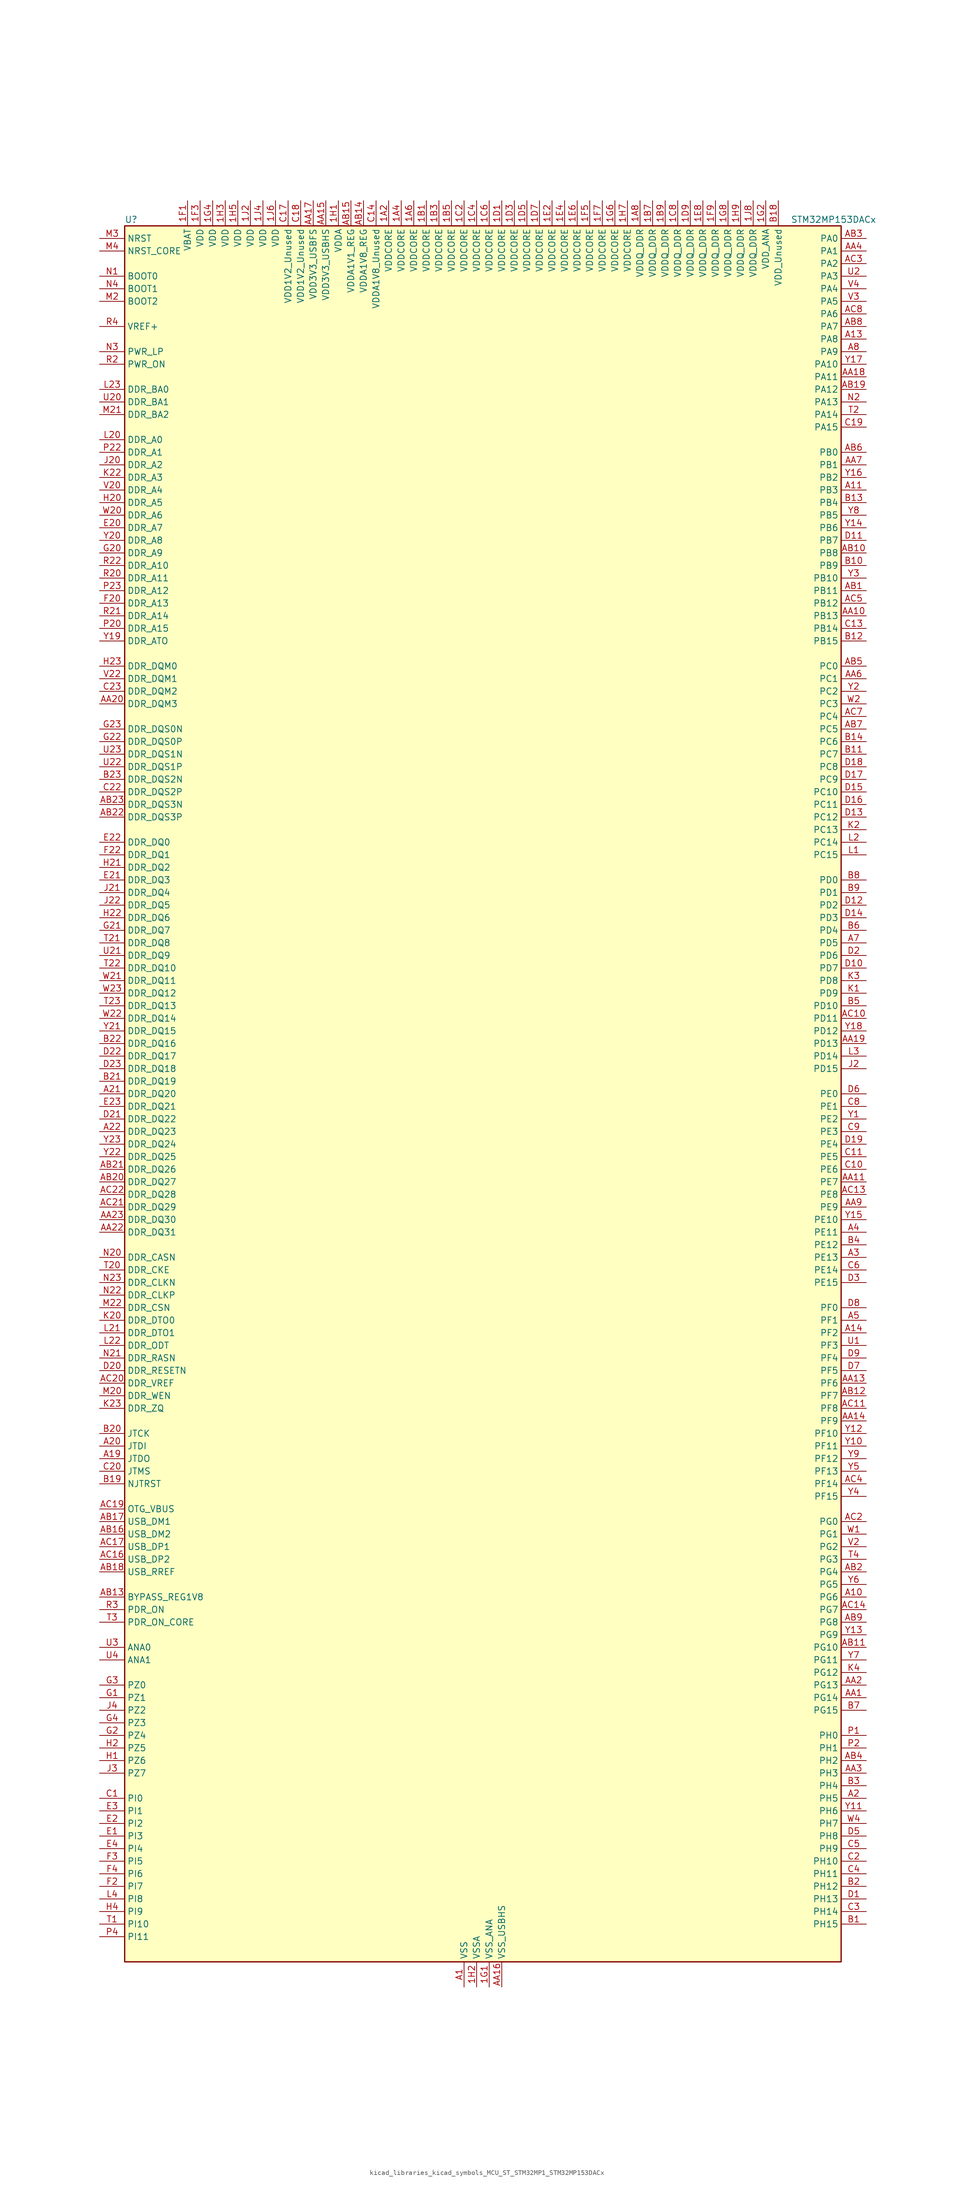
<source format=kicad_sym>
(kicad_symbol_lib
  (version 20220914)
  (generator kicad_symbol_editor)
  (symbol "kicad_libraries_kicad_symbols_MCU_ST_STM32MP1_STM32MP153DACx"
    (property "Reference" "U"
      (at -71.12 176.53 0)
      (effects (font (size 1.27 1.27)) (justify left)))
    (property "Value" "STM32MP153DACx"
      (at 63.5 176.53 0)
      (effects (font (size 1.27 1.27)) (justify left)))
    (property "ki_locked" ""
      (at 0 0 0)
      (effects (font (size 1.27 1.27))))
    (symbol "kicad_libraries_kicad_symbols_MCU_ST_STM32MP1_STM32MP153DACx_0_1"
      (rectangle (start -71.12 -175.26) (end 73.66 175.26) (stroke (width 0.254) (type default)) (fill (type background))))
    (symbol "kicad_libraries_kicad_symbols_MCU_ST_STM32MP1_STM32MP153DACx_1_1"
      (pin power_in line (at -17.78 180.34 270) (length 5.08) (name "VDDCORE" (effects (font (size 1.27 1.27)))) (number "1A2" (effects (font (size 1.27 1.27)))))
      (pin passive line (at -2.54 -180.34 90) (length 5.08) hide (name "VSS" (effects (font (size 1.27 1.27)))) (number "1A3" (effects (font (size 1.27 1.27)))))
      (pin power_in line (at -15.24 180.34 270) (length 5.08) (name "VDDCORE" (effects (font (size 1.27 1.27)))) (number "1A4" (effects (font (size 1.27 1.27)))))
      (pin passive line (at -2.54 -180.34 90) (length 5.08) hide (name "VSS" (effects (font (size 1.27 1.27)))) (number "1A5" (effects (font (size 1.27 1.27)))))
      (pin power_in line (at -12.7 180.34 270) (length 5.08) (name "VDDCORE" (effects (font (size 1.27 1.27)))) (number "1A6" (effects (font (size 1.27 1.27)))))
      (pin passive line (at -2.54 -180.34 90) (length 5.08) hide (name "VSS" (effects (font (size 1.27 1.27)))) (number "1A7" (effects (font (size 1.27 1.27)))))
      (pin power_in line (at 33.02 180.34 270) (length 5.08) (name "VDDQ_DDR" (effects (font (size 1.27 1.27)))) (number "1A8" (effects (font (size 1.27 1.27)))))
      (pin power_in line (at -10.16 180.34 270) (length 5.08) (name "VDDCORE" (effects (font (size 1.27 1.27)))) (number "1B1" (effects (font (size 1.27 1.27)))))
      (pin passive line (at -2.54 -180.34 90) (length 5.08) hide (name "VSS" (effects (font (size 1.27 1.27)))) (number "1B2" (effects (font (size 1.27 1.27)))))
      (pin power_in line (at -7.62 180.34 270) (length 5.08) (name "VDDCORE" (effects (font (size 1.27 1.27)))) (number "1B3" (effects (font (size 1.27 1.27)))))
      (pin passive line (at -2.54 -180.34 90) (length 5.08) hide (name "VSS" (effects (font (size 1.27 1.27)))) (number "1B4" (effects (font (size 1.27 1.27)))))
      (pin power_in line (at -5.08 180.34 270) (length 5.08) (name "VDDCORE" (effects (font (size 1.27 1.27)))) (number "1B5" (effects (font (size 1.27 1.27)))))
      (pin passive line (at -2.54 -180.34 90) (length 5.08) hide (name "VSS" (effects (font (size 1.27 1.27)))) (number "1B6" (effects (font (size 1.27 1.27)))))
      (pin power_in line (at 35.56 180.34 270) (length 5.08) (name "VDDQ_DDR" (effects (font (size 1.27 1.27)))) (number "1B7" (effects (font (size 1.27 1.27)))))
      (pin passive line (at -2.54 -180.34 90) (length 5.08) hide (name "VSS" (effects (font (size 1.27 1.27)))) (number "1B8" (effects (font (size 1.27 1.27)))))
      (pin power_in line (at 38.1 180.34 270) (length 5.08) (name "VDDQ_DDR" (effects (font (size 1.27 1.27)))) (number "1B9" (effects (font (size 1.27 1.27)))))
      (pin passive line (at -2.54 -180.34 90) (length 5.08) hide (name "VSS" (effects (font (size 1.27 1.27)))) (number "1C1" (effects (font (size 1.27 1.27)))))
      (pin power_in line (at -2.54 180.34 270) (length 5.08) (name "VDDCORE" (effects (font (size 1.27 1.27)))) (number "1C2" (effects (font (size 1.27 1.27)))))
      (pin passive line (at -2.54 -180.34 90) (length 5.08) hide (name "VSS" (effects (font (size 1.27 1.27)))) (number "1C3" (effects (font (size 1.27 1.27)))))
      (pin power_in line (at 0 180.34 270) (length 5.08) (name "VDDCORE" (effects (font (size 1.27 1.27)))) (number "1C4" (effects (font (size 1.27 1.27)))))
      (pin passive line (at -2.54 -180.34 90) (length 5.08) hide (name "VSS" (effects (font (size 1.27 1.27)))) (number "1C5" (effects (font (size 1.27 1.27)))))
      (pin power_in line (at 2.54 180.34 270) (length 5.08) (name "VDDCORE" (effects (font (size 1.27 1.27)))) (number "1C6" (effects (font (size 1.27 1.27)))))
      (pin passive line (at -2.54 -180.34 90) (length 5.08) hide (name "VSS" (effects (font (size 1.27 1.27)))) (number "1C7" (effects (font (size 1.27 1.27)))))
      (pin power_in line (at 40.64 180.34 270) (length 5.08) (name "VDDQ_DDR" (effects (font (size 1.27 1.27)))) (number "1C8" (effects (font (size 1.27 1.27)))))
      (pin passive line (at -2.54 -180.34 90) (length 5.08) hide (name "VSS" (effects (font (size 1.27 1.27)))) (number "1C9" (effects (font (size 1.27 1.27)))))
      (pin power_in line (at 5.08 180.34 270) (length 5.08) (name "VDDCORE" (effects (font (size 1.27 1.27)))) (number "1D1" (effects (font (size 1.27 1.27)))))
      (pin passive line (at -2.54 -180.34 90) (length 5.08) hide (name "VSS" (effects (font (size 1.27 1.27)))) (number "1D2" (effects (font (size 1.27 1.27)))))
      (pin power_in line (at 7.62 180.34 270) (length 5.08) (name "VDDCORE" (effects (font (size 1.27 1.27)))) (number "1D3" (effects (font (size 1.27 1.27)))))
      (pin passive line (at -2.54 -180.34 90) (length 5.08) hide (name "VSS" (effects (font (size 1.27 1.27)))) (number "1D4" (effects (font (size 1.27 1.27)))))
      (pin power_in line (at 10.16 180.34 270) (length 5.08) (name "VDDCORE" (effects (font (size 1.27 1.27)))) (number "1D5" (effects (font (size 1.27 1.27)))))
      (pin passive line (at -2.54 -180.34 90) (length 5.08) hide (name "VSS" (effects (font (size 1.27 1.27)))) (number "1D6" (effects (font (size 1.27 1.27)))))
      (pin power_in line (at 12.7 180.34 270) (length 5.08) (name "VDDCORE" (effects (font (size 1.27 1.27)))) (number "1D7" (effects (font (size 1.27 1.27)))))
      (pin passive line (at -2.54 -180.34 90) (length 5.08) hide (name "VSS" (effects (font (size 1.27 1.27)))) (number "1D8" (effects (font (size 1.27 1.27)))))
      (pin power_in line (at 43.18 180.34 270) (length 5.08) (name "VDDQ_DDR" (effects (font (size 1.27 1.27)))) (number "1D9" (effects (font (size 1.27 1.27)))))
      (pin passive line (at -2.54 -180.34 90) (length 5.08) hide (name "VSS" (effects (font (size 1.27 1.27)))) (number "1E1" (effects (font (size 1.27 1.27)))))
      (pin power_in line (at 15.24 180.34 270) (length 5.08) (name "VDDCORE" (effects (font (size 1.27 1.27)))) (number "1E2" (effects (font (size 1.27 1.27)))))
      (pin passive line (at -2.54 -180.34 90) (length 5.08) hide (name "VSS" (effects (font (size 1.27 1.27)))) (number "1E3" (effects (font (size 1.27 1.27)))))
      (pin power_in line (at 17.78 180.34 270) (length 5.08) (name "VDDCORE" (effects (font (size 1.27 1.27)))) (number "1E4" (effects (font (size 1.27 1.27)))))
      (pin passive line (at -2.54 -180.34 90) (length 5.08) hide (name "VSS" (effects (font (size 1.27 1.27)))) (number "1E5" (effects (font (size 1.27 1.27)))))
      (pin power_in line (at 20.32 180.34 270) (length 5.08) (name "VDDCORE" (effects (font (size 1.27 1.27)))) (number "1E6" (effects (font (size 1.27 1.27)))))
      (pin passive line (at -2.54 -180.34 90) (length 5.08) hide (name "VSS" (effects (font (size 1.27 1.27)))) (number "1E7" (effects (font (size 1.27 1.27)))))
      (pin power_in line (at 45.72 180.34 270) (length 5.08) (name "VDDQ_DDR" (effects (font (size 1.27 1.27)))) (number "1E8" (effects (font (size 1.27 1.27)))))
      (pin passive line (at -2.54 -180.34 90) (length 5.08) hide (name "VSS" (effects (font (size 1.27 1.27)))) (number "1E9" (effects (font (size 1.27 1.27)))))
      (pin power_in line (at -58.42 180.34 270) (length 5.08) (name "VBAT" (effects (font (size 1.27 1.27)))) (number "1F1" (effects (font (size 1.27 1.27)))))
      (pin passive line (at -2.54 -180.34 90) (length 5.08) hide (name "VSS" (effects (font (size 1.27 1.27)))) (number "1F2" (effects (font (size 1.27 1.27)))))
      (pin power_in line (at -55.88 180.34 270) (length 5.08) (name "VDD" (effects (font (size 1.27 1.27)))) (number "1F3" (effects (font (size 1.27 1.27)))))
      (pin passive line (at -2.54 -180.34 90) (length 5.08) hide (name "VSS" (effects (font (size 1.27 1.27)))) (number "1F4" (effects (font (size 1.27 1.27)))))
      (pin power_in line (at 22.86 180.34 270) (length 5.08) (name "VDDCORE" (effects (font (size 1.27 1.27)))) (number "1F5" (effects (font (size 1.27 1.27)))))
      (pin passive line (at -2.54 -180.34 90) (length 5.08) hide (name "VSS" (effects (font (size 1.27 1.27)))) (number "1F6" (effects (font (size 1.27 1.27)))))
      (pin power_in line (at 25.4 180.34 270) (length 5.08) (name "VDDCORE" (effects (font (size 1.27 1.27)))) (number "1F7" (effects (font (size 1.27 1.27)))))
      (pin passive line (at -2.54 -180.34 90) (length 5.08) hide (name "VSS" (effects (font (size 1.27 1.27)))) (number "1F8" (effects (font (size 1.27 1.27)))))
      (pin power_in line (at 48.26 180.34 270) (length 5.08) (name "VDDQ_DDR" (effects (font (size 1.27 1.27)))) (number "1F9" (effects (font (size 1.27 1.27)))))
      (pin power_in line (at 2.54 -180.34 90) (length 5.08) (name "VSS_ANA" (effects (font (size 1.27 1.27)))) (number "1G1" (effects (font (size 1.27 1.27)))))
      (pin power_in line (at 58.42 180.34 270) (length 5.08) (name "VDD_ANA" (effects (font (size 1.27 1.27)))) (number "1G2" (effects (font (size 1.27 1.27)))))
      (pin passive line (at -2.54 -180.34 90) (length 5.08) hide (name "VSS" (effects (font (size 1.27 1.27)))) (number "1G3" (effects (font (size 1.27 1.27)))))
      (pin power_in line (at -53.34 180.34 270) (length 5.08) (name "VDD" (effects (font (size 1.27 1.27)))) (number "1G4" (effects (font (size 1.27 1.27)))))
      (pin passive line (at -2.54 -180.34 90) (length 5.08) hide (name "VSS" (effects (font (size 1.27 1.27)))) (number "1G5" (effects (font (size 1.27 1.27)))))
      (pin power_in line (at 27.94 180.34 270) (length 5.08) (name "VDDCORE" (effects (font (size 1.27 1.27)))) (number "1G6" (effects (font (size 1.27 1.27)))))
      (pin passive line (at -2.54 -180.34 90) (length 5.08) hide (name "VSS" (effects (font (size 1.27 1.27)))) (number "1G7" (effects (font (size 1.27 1.27)))))
      (pin power_in line (at 50.8 180.34 270) (length 5.08) (name "VDDQ_DDR" (effects (font (size 1.27 1.27)))) (number "1G8" (effects (font (size 1.27 1.27)))))
      (pin passive line (at -2.54 -180.34 90) (length 5.08) hide (name "VSS" (effects (font (size 1.27 1.27)))) (number "1G9" (effects (font (size 1.27 1.27)))))
      (pin power_in line (at -27.94 180.34 270) (length 5.08) (name "VDDA" (effects (font (size 1.27 1.27)))) (number "1H1" (effects (font (size 1.27 1.27)))))
      (pin power_in line (at 0 -180.34 90) (length 5.08) (name "VSSA" (effects (font (size 1.27 1.27)))) (number "1H2" (effects (font (size 1.27 1.27)))))
      (pin power_in line (at -50.8 180.34 270) (length 5.08) (name "VDD" (effects (font (size 1.27 1.27)))) (number "1H3" (effects (font (size 1.27 1.27)))))
      (pin passive line (at -2.54 -180.34 90) (length 5.08) hide (name "VSS" (effects (font (size 1.27 1.27)))) (number "1H4" (effects (font (size 1.27 1.27)))))
      (pin power_in line (at -48.26 180.34 270) (length 5.08) (name "VDD" (effects (font (size 1.27 1.27)))) (number "1H5" (effects (font (size 1.27 1.27)))))
      (pin passive line (at -2.54 -180.34 90) (length 5.08) hide (name "VSS" (effects (font (size 1.27 1.27)))) (number "1H6" (effects (font (size 1.27 1.27)))))
      (pin power_in line (at 30.48 180.34 270) (length 5.08) (name "VDDCORE" (effects (font (size 1.27 1.27)))) (number "1H7" (effects (font (size 1.27 1.27)))))
      (pin passive line (at -2.54 -180.34 90) (length 5.08) hide (name "VSS" (effects (font (size 1.27 1.27)))) (number "1H8" (effects (font (size 1.27 1.27)))))
      (pin power_in line (at 53.34 180.34 270) (length 5.08) (name "VDDQ_DDR" (effects (font (size 1.27 1.27)))) (number "1H9" (effects (font (size 1.27 1.27)))))
      (pin power_in line (at -45.72 180.34 270) (length 5.08) (name "VDD" (effects (font (size 1.27 1.27)))) (number "1J2" (effects (font (size 1.27 1.27)))))
      (pin passive line (at -2.54 -180.34 90) (length 5.08) hide (name "VSS" (effects (font (size 1.27 1.27)))) (number "1J3" (effects (font (size 1.27 1.27)))))
      (pin power_in line (at -43.18 180.34 270) (length 5.08) (name "VDD" (effects (font (size 1.27 1.27)))) (number "1J4" (effects (font (size 1.27 1.27)))))
      (pin passive line (at -2.54 -180.34 90) (length 5.08) hide (name "VSS" (effects (font (size 1.27 1.27)))) (number "1J5" (effects (font (size 1.27 1.27)))))
      (pin power_in line (at -40.64 180.34 270) (length 5.08) (name "VDD" (effects (font (size 1.27 1.27)))) (number "1J6" (effects (font (size 1.27 1.27)))))
      (pin passive line (at -2.54 -180.34 90) (length 5.08) hide (name "VSS" (effects (font (size 1.27 1.27)))) (number "1J7" (effects (font (size 1.27 1.27)))))
      (pin power_in line (at 55.88 180.34 270) (length 5.08) (name "VDDQ_DDR" (effects (font (size 1.27 1.27)))) (number "1J8" (effects (font (size 1.27 1.27)))))
      (pin power_in line (at -2.54 -180.34 90) (length 5.08) (name "VSS" (effects (font (size 1.27 1.27)))) (number "A1" (effects (font (size 1.27 1.27)))))
      (pin bidirectional line (at 78.74 -101.6 180) (length 5.08) (name "PG6" (effects (font (size 1.27 1.27)))) (number "A10" (effects (font (size 1.27 1.27)))) (alternate "DCMI_D12" bidirectional line) (alternate "DEBUG_TRACED14" bidirectional line) (alternate "LTDC_R7" bidirectional line) (alternate "SDMMC2_CMD" bidirectional line) (alternate "TIM17_BKIN" bidirectional line))
      (pin bidirectional line (at 78.74 121.92 180) (length 5.08) (name "PB3" (effects (font (size 1.27 1.27)))) (number "A11" (effects (font (size 1.27 1.27)))) (alternate "DEBUG_TRACED9" bidirectional line) (alternate "I2S1_CK" bidirectional line) (alternate "I2S3_CK" bidirectional line) (alternate "SAI4_CK1" bidirectional line) (alternate "SAI4_MCLK_A" bidirectional line) (alternate "SDMMC2_D2" bidirectional line) (alternate "SPI1_SCK" bidirectional line) (alternate "SPI3_SCK" bidirectional line) (alternate "SPI6_SCK" bidirectional line) (alternate "TIM2_CH2" bidirectional line) (alternate "UART7_RX" bidirectional line))
      (pin bidirectional line (at 78.74 152.4 180) (length 5.08) (name "PA8" (effects (font (size 1.27 1.27)))) (number "A13" (effects (font (size 1.27 1.27)))) (alternate "I2C3_SCL" bidirectional line) (alternate "I2S3_SDO" bidirectional line) (alternate "LTDC_R6" bidirectional line) (alternate "RCC_MCO_1" bidirectional line) (alternate "SAI4_SD_B" bidirectional line) (alternate "SDMMC2_CKIN" bidirectional line) (alternate "SDMMC2_D4" bidirectional line) (alternate "SPI3_MOSI" bidirectional line) (alternate "TIM1_CH1" bidirectional line) (alternate "TIM8_BKIN2" bidirectional line) (alternate "UART7_RX" bidirectional line) (alternate "USART1_CK" bidirectional line) (alternate "USB_OTG_HS_SOF" bidirectional line))
      (pin bidirectional line (at 78.74 -48.26 180) (length 5.08) (name "PF2" (effects (font (size 1.27 1.27)))) (number "A14" (effects (font (size 1.27 1.27)))) (alternate "FMC_A2" bidirectional line) (alternate "I2C2_SMBA" bidirectional line) (alternate "SDMMC1_D0DIR" bidirectional line) (alternate "SDMMC2_D0DIR" bidirectional line) (alternate "SDMMC3_D0DIR" bidirectional line))
      (pin no_connect line (at -71.12 -175.26 0) (length 5.08) hide (name "DNU" (effects (font (size 1.27 1.27)))) (number "A16" (effects (font (size 1.27 1.27)))))
      (pin no_connect line (at -71.12 -172.72 0) (length 5.08) hide (name "DNU" (effects (font (size 1.27 1.27)))) (number "A17" (effects (font (size 1.27 1.27)))))
      (pin bidirectional line (at -76.2 -73.66 0) (length 5.08) (name "JTDO" (effects (font (size 1.27 1.27)))) (number "A19" (effects (font (size 1.27 1.27)))) (alternate "DEBUG_JTDO-SWO" bidirectional line))
      (pin bidirectional line (at 78.74 -142.24 180) (length 5.08) (name "PH5" (effects (font (size 1.27 1.27)))) (number "A2" (effects (font (size 1.27 1.27)))) (alternate "I2C2_SDA" bidirectional line) (alternate "SAI4_SD_B" bidirectional line) (alternate "SPI5_NSS" bidirectional line))
      (pin bidirectional line (at -76.2 -71.12 0) (length 5.08) (name "JTDI" (effects (font (size 1.27 1.27)))) (number "A20" (effects (font (size 1.27 1.27)))) (alternate "DEBUG_JTDI" bidirectional line))
      (pin bidirectional line (at -76.2 0 0) (length 5.08) (name "DDR_DQ20" (effects (font (size 1.27 1.27)))) (number "A21" (effects (font (size 1.27 1.27)))) (alternate "DDR_DQ20" bidirectional line))
      (pin bidirectional line (at -76.2 -7.62 0) (length 5.08) (name "DDR_DQ23" (effects (font (size 1.27 1.27)))) (number "A22" (effects (font (size 1.27 1.27)))) (alternate "DDR_DQ23" bidirectional line))
      (pin passive line (at -2.54 -180.34 90) (length 5.08) hide (name "VSS" (effects (font (size 1.27 1.27)))) (number "A23" (effects (font (size 1.27 1.27)))))
      (pin bidirectional line (at 78.74 -33.02 180) (length 5.08) (name "PE13" (effects (font (size 1.27 1.27)))) (number "A3" (effects (font (size 1.27 1.27)))) (alternate "DCMI_D6" bidirectional line) (alternate "DFSDM1_CKIN5" bidirectional line) (alternate "FMC_D10" bidirectional line) (alternate "FMC_DA10" bidirectional line) (alternate "HDP_HDP2" bidirectional line) (alternate "LTDC_DE" bidirectional line) (alternate "SAI2_FS_B" bidirectional line) (alternate "SPI4_MISO" bidirectional line) (alternate "TIM1_CH3" bidirectional line))
      (pin bidirectional line (at 78.74 -27.94 180) (length 5.08) (name "PE11" (effects (font (size 1.27 1.27)))) (number "A4" (effects (font (size 1.27 1.27)))) (alternate "ADC1_EXTI11" bidirectional line) (alternate "ADC2_EXTI11" bidirectional line) (alternate "DCMI_D4" bidirectional line) (alternate "DFSDM1_CKIN4" bidirectional line) (alternate "FMC_D8" bidirectional line) (alternate "FMC_DA8" bidirectional line) (alternate "LTDC_G3" bidirectional line) (alternate "SAI2_SD_B" bidirectional line) (alternate "SPI4_NSS" bidirectional line) (alternate "TIM1_CH2" bidirectional line) (alternate "USART6_CK" bidirectional line))
      (pin bidirectional line (at 78.74 -45.72 180) (length 5.08) (name "PF1" (effects (font (size 1.27 1.27)))) (number "A5" (effects (font (size 1.27 1.27)))) (alternate "FMC_A1" bidirectional line) (alternate "I2C2_SCL" bidirectional line) (alternate "SDMMC3_CDIR" bidirectional line) (alternate "SDMMC3_CMD" bidirectional line))
      (pin bidirectional line (at 78.74 30.48 180) (length 5.08) (name "PD5" (effects (font (size 1.27 1.27)))) (number "A7" (effects (font (size 1.27 1.27)))) (alternate "FMC_NWE" bidirectional line) (alternate "SDMMC3_D2" bidirectional line) (alternate "USART2_TX" bidirectional line))
      (pin bidirectional line (at 78.74 149.86 180) (length 5.08) (name "PA9" (effects (font (size 1.27 1.27)))) (number "A8" (effects (font (size 1.27 1.27)))) (alternate "DAC1_EXTI9" bidirectional line) (alternate "DCMI_D0" bidirectional line) (alternate "I2C3_SMBA" bidirectional line) (alternate "I2S2_CK" bidirectional line) (alternate "LTDC_R5" bidirectional line) (alternate "SDMMC2_CDIR" bidirectional line) (alternate "SDMMC2_D5" bidirectional line) (alternate "SPI2_SCK" bidirectional line) (alternate "TIM1_CH2" bidirectional line) (alternate "USART1_TX" bidirectional line))
      (pin bidirectional line (at 78.74 -121.92 180) (length 5.08) (name "PG14" (effects (font (size 1.27 1.27)))) (number "AA1" (effects (font (size 1.27 1.27)))) (alternate "DEBUG_TRACED1" bidirectional line) (alternate "ETH1_TXD1" bidirectional line) (alternate "FMC_A25" bidirectional line) (alternate "LPTIM1_ETR" bidirectional line) (alternate "LTDC_B0" bidirectional line) (alternate "QUADSPI_BK2_IO3" bidirectional line) (alternate "SAI4_D1" bidirectional line) (alternate "SAI4_SD_A" bidirectional line) (alternate "SPI6_MOSI" bidirectional line) (alternate "USART6_TX" bidirectional line))
      (pin bidirectional line (at 78.74 96.52 180) (length 5.08) (name "PB13" (effects (font (size 1.27 1.27)))) (number "AA10" (effects (font (size 1.27 1.27)))) (alternate "DFSDM1_CKIN1" bidirectional line) (alternate "DFSDM1_CKOUT" bidirectional line) (alternate "ETH1_TXD1" bidirectional line) (alternate "FDCAN2_TX" bidirectional line) (alternate "I2S2_CK" bidirectional line) (alternate "LPTIM2_OUT" bidirectional line) (alternate "SPI2_SCK" bidirectional line) (alternate "TIM1_CH1N" bidirectional line) (alternate "UART5_TX" bidirectional line) (alternate "USART3_CTS" bidirectional line) (alternate "USART3_NSS" bidirectional line))
      (pin bidirectional line (at 78.74 -17.78 180) (length 5.08) (name "PE7" (effects (font (size 1.27 1.27)))) (number "AA11" (effects (font (size 1.27 1.27)))) (alternate "DFSDM1_DATIN2" bidirectional line) (alternate "FMC_D4" bidirectional line) (alternate "FMC_DA4" bidirectional line) (alternate "QUADSPI_BK2_IO0" bidirectional line) (alternate "TIM1_ETR" bidirectional line) (alternate "TIM3_ETR" bidirectional line) (alternate "UART7_RX" bidirectional line))
      (pin passive line (at -2.54 -180.34 90) (length 5.08) hide (name "VSS" (effects (font (size 1.27 1.27)))) (number "AA12" (effects (font (size 1.27 1.27)))))
      (pin bidirectional line (at 78.74 -58.42 180) (length 5.08) (name "PF6" (effects (font (size 1.27 1.27)))) (number "AA13" (effects (font (size 1.27 1.27)))) (alternate "QUADSPI_BK1_IO3" bidirectional line) (alternate "SAI1_SD_B" bidirectional line) (alternate "SAI4_SCK_B" bidirectional line) (alternate "SPI5_NSS" bidirectional line) (alternate "TIM16_CH1" bidirectional line) (alternate "UART7_RX" bidirectional line))
      (pin bidirectional line (at 78.74 -66.04 180) (length 5.08) (name "PF9" (effects (font (size 1.27 1.27)))) (number "AA14" (effects (font (size 1.27 1.27)))) (alternate "DAC1_EXTI9" bidirectional line) (alternate "DEBUG_TRACED13" bidirectional line) (alternate "QUADSPI_BK1_IO1" bidirectional line) (alternate "SAI1_FS_B" bidirectional line) (alternate "SPI5_MOSI" bidirectional line) (alternate "TIM14_CH1" bidirectional line) (alternate "TIM17_CH1N" bidirectional line) (alternate "UART7_CTS" bidirectional line))
      (pin power_in line (at -30.48 180.34 270) (length 5.08) (name "VDD3V3_USBHS" (effects (font (size 1.27 1.27)))) (number "AA15" (effects (font (size 1.27 1.27)))))
      (pin power_in line (at 5.08 -180.34 90) (length 5.08) (name "VSS_USBHS" (effects (font (size 1.27 1.27)))) (number "AA16" (effects (font (size 1.27 1.27)))))
      (pin power_in line (at -33.02 180.34 270) (length 5.08) (name "VDD3V3_USBFS" (effects (font (size 1.27 1.27)))) (number "AA17" (effects (font (size 1.27 1.27)))))
      (pin bidirectional line (at 78.74 144.78 180) (length 5.08) (name "PA11" (effects (font (size 1.27 1.27)))) (number "AA18" (effects (font (size 1.27 1.27)))) (alternate "ADC1_EXTI11" bidirectional line) (alternate "ADC2_EXTI11" bidirectional line) (alternate "FDCAN1_RX" bidirectional line) (alternate "I2C5_SCL" bidirectional line) (alternate "I2C6_SCL" bidirectional line) (alternate "I2S2_WS" bidirectional line) (alternate "LTDC_R4" bidirectional line) (alternate "SPI2_NSS" bidirectional line) (alternate "TIM1_CH4" bidirectional line) (alternate "UART4_RX" bidirectional line) (alternate "USART1_CTS" bidirectional line) (alternate "USART1_NSS" bidirectional line))
      (pin bidirectional line (at 78.74 10.16 180) (length 5.08) (name "PD13" (effects (font (size 1.27 1.27)))) (number "AA19" (effects (font (size 1.27 1.27)))) (alternate "FMC_A18" bidirectional line) (alternate "I2C1_SDA" bidirectional line) (alternate "I2C4_SDA" bidirectional line) (alternate "I2S3_MCK" bidirectional line) (alternate "LPTIM1_OUT" bidirectional line) (alternate "QUADSPI_BK1_IO3" bidirectional line) (alternate "SAI2_SCK_A" bidirectional line) (alternate "TIM4_CH2" bidirectional line))
      (pin bidirectional line (at 78.74 -119.38 180) (length 5.08) (name "PG13" (effects (font (size 1.27 1.27)))) (number "AA2" (effects (font (size 1.27 1.27)))) (alternate "DEBUG_TRACED0" bidirectional line) (alternate "ETH1_TXD0" bidirectional line) (alternate "FMC_A24" bidirectional line) (alternate "LPTIM1_OUT" bidirectional line) (alternate "LTDC_R0" bidirectional line) (alternate "SAI1_CK2" bidirectional line) (alternate "SAI1_SCK_A" bidirectional line) (alternate "SAI4_CK1" bidirectional line) (alternate "SAI4_MCLK_A" bidirectional line) (alternate "SPI6_SCK" bidirectional line) (alternate "USART6_CTS" bidirectional line) (alternate "USART6_NSS" bidirectional line))
      (pin bidirectional line (at -76.2 78.74 0) (length 5.08) (name "DDR_DQM3" (effects (font (size 1.27 1.27)))) (number "AA20" (effects (font (size 1.27 1.27)))) (alternate "DDR_DQM3" bidirectional line))
      (pin passive line (at -2.54 -180.34 90) (length 5.08) hide (name "VSS" (effects (font (size 1.27 1.27)))) (number "AA21" (effects (font (size 1.27 1.27)))))
      (pin bidirectional line (at -76.2 -27.94 0) (length 5.08) (name "DDR_DQ31" (effects (font (size 1.27 1.27)))) (number "AA22" (effects (font (size 1.27 1.27)))) (alternate "DDR_DQ31" bidirectional line))
      (pin bidirectional line (at -76.2 -25.4 0) (length 5.08) (name "DDR_DQ30" (effects (font (size 1.27 1.27)))) (number "AA23" (effects (font (size 1.27 1.27)))) (alternate "DDR_DQ30" bidirectional line))
      (pin bidirectional line (at 78.74 -137.16 180) (length 5.08) (name "PH3" (effects (font (size 1.27 1.27)))) (number "AA3" (effects (font (size 1.27 1.27)))) (alternate "DFSDM1_CKIN4" bidirectional line) (alternate "ETH1_COL" bidirectional line) (alternate "LTDC_R1" bidirectional line) (alternate "QUADSPI_BK2_IO1" bidirectional line) (alternate "SAI2_MCLK_B" bidirectional line))
      (pin bidirectional line (at 78.74 170.18 180) (length 5.08) (name "PA1" (effects (font (size 1.27 1.27)))) (number "AA4" (effects (font (size 1.27 1.27)))) (alternate "ADC1_INN16" bidirectional line) (alternate "ADC1_INP17" bidirectional line) (alternate "ETH1_CLK" bidirectional line) (alternate "ETH1_REF_CLK" bidirectional line) (alternate "ETH1_RX_CLK" bidirectional line) (alternate "LPTIM3_OUT" bidirectional line) (alternate "LTDC_R2" bidirectional line) (alternate "QUADSPI_BK1_IO3" bidirectional line) (alternate "SAI2_MCLK_B" bidirectional line) (alternate "TIM15_CH1N" bidirectional line) (alternate "TIM2_CH2" bidirectional line) (alternate "TIM5_CH2" bidirectional line) (alternate "UART4_RX" bidirectional line) (alternate "USART2_DE" bidirectional line) (alternate "USART2_RTS" bidirectional line))
      (pin passive line (at -2.54 -180.34 90) (length 5.08) hide (name "VSS" (effects (font (size 1.27 1.27)))) (number "AA5" (effects (font (size 1.27 1.27)))))
      (pin bidirectional line (at 78.74 83.82 180) (length 5.08) (name "PC1" (effects (font (size 1.27 1.27)))) (number "AA6" (effects (font (size 1.27 1.27)))) (alternate "ADC1_INN10" bidirectional line) (alternate "ADC1_INP11" bidirectional line) (alternate "ADC2_INN10" bidirectional line) (alternate "ADC2_INP11" bidirectional line) (alternate "DEBUG_TRACED0" bidirectional line) (alternate "DFSDM1_CKIN4" bidirectional line) (alternate "DFSDM1_DATIN0" bidirectional line) (alternate "ETH1_MDC" bidirectional line) (alternate "I2S2_SDO" bidirectional line) (alternate "PWR_WKUP6" bidirectional line) (alternate "SAI1_D1" bidirectional line) (alternate "SAI1_SD_A" bidirectional line) (alternate "SDMMC2_CK" bidirectional line) (alternate "SPI2_MOSI" bidirectional line) (alternate "TAMP_IN3" bidirectional line))
      (pin bidirectional line (at 78.74 127 180) (length 5.08) (name "PB1" (effects (font (size 1.27 1.27)))) (number "AA7" (effects (font (size 1.27 1.27)))) (alternate "ADC1_INP5" bidirectional line) (alternate "ADC2_INP5" bidirectional line) (alternate "DFSDM1_DATIN1" bidirectional line) (alternate "ETH1_RXD3" bidirectional line) (alternate "LTDC_G0" bidirectional line) (alternate "LTDC_R6" bidirectional line) (alternate "TIM1_CH3N" bidirectional line) (alternate "TIM3_CH4" bidirectional line) (alternate "TIM8_CH3N" bidirectional line))
      (pin passive line (at -2.54 -180.34 90) (length 5.08) hide (name "VSS" (effects (font (size 1.27 1.27)))) (number "AA8" (effects (font (size 1.27 1.27)))))
      (pin bidirectional line (at 78.74 -22.86 180) (length 5.08) (name "PE9" (effects (font (size 1.27 1.27)))) (number "AA9" (effects (font (size 1.27 1.27)))) (alternate "DAC1_EXTI9" bidirectional line) (alternate "DFSDM1_CKOUT" bidirectional line) (alternate "FMC_D6" bidirectional line) (alternate "FMC_DA6" bidirectional line) (alternate "QUADSPI_BK2_IO2" bidirectional line) (alternate "TIM1_CH1" bidirectional line) (alternate "UART7_DE" bidirectional line) (alternate "UART7_RTS" bidirectional line))
      (pin bidirectional line (at 78.74 101.6 180) (length 5.08) (name "PB11" (effects (font (size 1.27 1.27)))) (number "AB1" (effects (font (size 1.27 1.27)))) (alternate "ADC1_EXTI11" bidirectional line) (alternate "ADC2_EXTI11" bidirectional line) (alternate "DFSDM1_CKIN7" bidirectional line) (alternate "ETH1_TX_CTL" bidirectional line) (alternate "ETH1_TX_EN" bidirectional line) (alternate "I2C2_SDA" bidirectional line) (alternate "LPTIM2_ETR" bidirectional line) (alternate "LTDC_G5" bidirectional line) (alternate "TIM2_CH4" bidirectional line) (alternate "USART3_RX" bidirectional line))
      (pin bidirectional line (at 78.74 109.22 180) (length 5.08) (name "PB8" (effects (font (size 1.27 1.27)))) (number "AB10" (effects (font (size 1.27 1.27)))) (alternate "DCMI_D6" bidirectional line) (alternate "DFSDM1_CKIN7" bidirectional line) (alternate "ETH1_TXD3" bidirectional line) (alternate "FDCAN1_RX" bidirectional line) (alternate "HDP_HDP6" bidirectional line) (alternate "I2C1_SCL" bidirectional line) (alternate "I2C4_SCL" bidirectional line) (alternate "LTDC_B6" bidirectional line) (alternate "SDMMC1_CKIN" bidirectional line) (alternate "SDMMC1_D4" bidirectional line) (alternate "SDMMC2_CKIN" bidirectional line) (alternate "SDMMC2_D4" bidirectional line) (alternate "TIM16_CH1" bidirectional line) (alternate "TIM4_CH3" bidirectional line) (alternate "UART4_RX" bidirectional line))
      (pin bidirectional line (at 78.74 -111.76 180) (length 5.08) (name "PG10" (effects (font (size 1.27 1.27)))) (number "AB11" (effects (font (size 1.27 1.27)))) (alternate "DCMI_D2" bidirectional line) (alternate "DEBUG_TRACED10" bidirectional line) (alternate "FMC_NE3" bidirectional line) (alternate "LTDC_B2" bidirectional line) (alternate "LTDC_G3" bidirectional line) (alternate "QUADSPI_BK2_IO2" bidirectional line) (alternate "SAI2_SD_B" bidirectional line) (alternate "UART8_CTS" bidirectional line))
      (pin bidirectional line (at 78.74 -60.96 180) (length 5.08) (name "PF7" (effects (font (size 1.27 1.27)))) (number "AB12" (effects (font (size 1.27 1.27)))) (alternate "QUADSPI_BK1_IO2" bidirectional line) (alternate "SAI1_MCLK_B" bidirectional line) (alternate "SPI5_SCK" bidirectional line) (alternate "TIM17_CH1" bidirectional line) (alternate "UART7_TX" bidirectional line))
      (pin bidirectional line (at -76.2 -101.6 0) (length 5.08) (name "BYPASS_REG1V8" (effects (font (size 1.27 1.27)))) (number "AB13" (effects (font (size 1.27 1.27)))))
      (pin power_in line (at -22.86 180.34 270) (length 5.08) (name "VDDA1V8_REG" (effects (font (size 1.27 1.27)))) (number "AB14" (effects (font (size 1.27 1.27)))))
      (pin power_in line (at -25.4 180.34 270) (length 5.08) (name "VDDA1V1_REG" (effects (font (size 1.27 1.27)))) (number "AB15" (effects (font (size 1.27 1.27)))))
      (pin bidirectional line (at -76.2 -88.9 0) (length 5.08) (name "USB_DM2" (effects (font (size 1.27 1.27)))) (number "AB16" (effects (font (size 1.27 1.27)))) (alternate "USBH_HS2_DM" bidirectional line) (alternate "USB_OTG_HS_DM" bidirectional line))
      (pin bidirectional line (at -76.2 -86.36 0) (length 5.08) (name "USB_DM1" (effects (font (size 1.27 1.27)))) (number "AB17" (effects (font (size 1.27 1.27)))) (alternate "USBH_HS1_DM" bidirectional line))
      (pin bidirectional line (at -76.2 -96.52 0) (length 5.08) (name "USB_RREF" (effects (font (size 1.27 1.27)))) (number "AB18" (effects (font (size 1.27 1.27)))))
      (pin bidirectional line (at 78.74 142.24 180) (length 5.08) (name "PA12" (effects (font (size 1.27 1.27)))) (number "AB19" (effects (font (size 1.27 1.27)))) (alternate "FDCAN1_TX" bidirectional line) (alternate "I2C5_SDA" bidirectional line) (alternate "I2C6_SDA" bidirectional line) (alternate "LTDC_R5" bidirectional line) (alternate "SAI2_FS_B" bidirectional line) (alternate "TIM1_ETR" bidirectional line) (alternate "UART4_TX" bidirectional line) (alternate "USART1_DE" bidirectional line) (alternate "USART1_RTS" bidirectional line))
      (pin bidirectional line (at 78.74 -96.52 180) (length 5.08) (name "PG4" (effects (font (size 1.27 1.27)))) (number "AB2" (effects (font (size 1.27 1.27)))) (alternate "ETH1_GTX_CLK" bidirectional line) (alternate "FMC_A14" bidirectional line) (alternate "TIM1_BKIN2" bidirectional line))
      (pin bidirectional line (at -76.2 -17.78 0) (length 5.08) (name "DDR_DQ27" (effects (font (size 1.27 1.27)))) (number "AB20" (effects (font (size 1.27 1.27)))) (alternate "DDR_DQ27" bidirectional line))
      (pin bidirectional line (at -76.2 -15.24 0) (length 5.08) (name "DDR_DQ26" (effects (font (size 1.27 1.27)))) (number "AB21" (effects (font (size 1.27 1.27)))) (alternate "DDR_DQ26" bidirectional line))
      (pin bidirectional line (at -76.2 55.88 0) (length 5.08) (name "DDR_DQS3P" (effects (font (size 1.27 1.27)))) (number "AB22" (effects (font (size 1.27 1.27)))) (alternate "DDR_DQS3P" bidirectional line))
      (pin bidirectional line (at -76.2 58.42 0) (length 5.08) (name "DDR_DQS3N" (effects (font (size 1.27 1.27)))) (number "AB23" (effects (font (size 1.27 1.27)))) (alternate "DDR_DQS3N" bidirectional line))
      (pin bidirectional line (at 78.74 172.72 180) (length 5.08) (name "PA0" (effects (font (size 1.27 1.27)))) (number "AB3" (effects (font (size 1.27 1.27)))) (alternate "ADC1_INP16" bidirectional line) (alternate "ETH1_CRS" bidirectional line) (alternate "PWR_WKUP1" bidirectional line) (alternate "SAI2_SD_B" bidirectional line) (alternate "SDMMC2_CMD" bidirectional line) (alternate "TIM15_BKIN" bidirectional line) (alternate "TIM2_CH1" bidirectional line) (alternate "TIM2_ETR" bidirectional line) (alternate "TIM5_CH1" bidirectional line) (alternate "TIM8_ETR" bidirectional line) (alternate "UART4_TX" bidirectional line) (alternate "USART2_CTS" bidirectional line) (alternate "USART2_NSS" bidirectional line))
      (pin bidirectional line (at 78.74 -134.62 180) (length 5.08) (name "PH2" (effects (font (size 1.27 1.27)))) (number "AB4" (effects (font (size 1.27 1.27)))) (alternate "ETH1_CRS" bidirectional line) (alternate "LPTIM1_IN2" bidirectional line) (alternate "LTDC_R0" bidirectional line) (alternate "QUADSPI_BK2_IO0" bidirectional line) (alternate "SAI2_SCK_B" bidirectional line))
      (pin bidirectional line (at 78.74 86.36 180) (length 5.08) (name "PC0" (effects (font (size 1.27 1.27)))) (number "AB5" (effects (font (size 1.27 1.27)))) (alternate "ADC1_INP10" bidirectional line) (alternate "ADC2_INP10" bidirectional line) (alternate "DFSDM1_CKIN0" bidirectional line) (alternate "DFSDM1_DATIN4" bidirectional line) (alternate "LPTIM2_IN2" bidirectional line) (alternate "LTDC_R5" bidirectional line) (alternate "QUADSPI_BK2_NCS" bidirectional line) (alternate "SAI2_FS_B" bidirectional line))
      (pin bidirectional line (at 78.74 129.54 180) (length 5.08) (name "PB0" (effects (font (size 1.27 1.27)))) (number "AB6" (effects (font (size 1.27 1.27)))) (alternate "ADC1_INN5" bidirectional line) (alternate "ADC1_INP9" bidirectional line) (alternate "ADC2_INN5" bidirectional line) (alternate "ADC2_INP9" bidirectional line) (alternate "DFSDM1_CKOUT" bidirectional line) (alternate "ETH1_RXD2" bidirectional line) (alternate "LTDC_G1" bidirectional line) (alternate "LTDC_R3" bidirectional line) (alternate "TIM1_CH2N" bidirectional line) (alternate "TIM3_CH3" bidirectional line) (alternate "TIM8_CH2N" bidirectional line) (alternate "UART4_CTS" bidirectional line))
      (pin bidirectional line (at 78.74 73.66 180) (length 5.08) (name "PC5" (effects (font (size 1.27 1.27)))) (number "AB7" (effects (font (size 1.27 1.27)))) (alternate "ADC1_INN4" bidirectional line) (alternate "ADC1_INP8" bidirectional line) (alternate "ADC2_INN4" bidirectional line) (alternate "ADC2_INP8" bidirectional line) (alternate "DFSDM1_DATIN2" bidirectional line) (alternate "ETH1_RXD1" bidirectional line) (alternate "SAI1_D3" bidirectional line) (alternate "SAI1_D4" bidirectional line) (alternate "SAI4_D3" bidirectional line) (alternate "SAI4_D4" bidirectional line) (alternate "SPDIFRX_IN3" bidirectional line))
      (pin bidirectional line (at 78.74 154.94 180) (length 5.08) (name "PA7" (effects (font (size 1.27 1.27)))) (number "AB8" (effects (font (size 1.27 1.27)))) (alternate "ADC1_INN3" bidirectional line) (alternate "ADC1_INP7" bidirectional line) (alternate "ADC2_INN3" bidirectional line) (alternate "ADC2_INP7" bidirectional line) (alternate "ETH1_CRS_DV" bidirectional line) (alternate "ETH1_RX_CTL" bidirectional line) (alternate "ETH1_RX_DV" bidirectional line) (alternate "I2S1_SDO" bidirectional line) (alternate "QUADSPI_CLK" bidirectional line) (alternate "SAI4_D1" bidirectional line) (alternate "SAI4_SD_A" bidirectional line) (alternate "SPI1_MOSI" bidirectional line) (alternate "SPI6_MOSI" bidirectional line) (alternate "TIM14_CH1" bidirectional line) (alternate "TIM1_CH1N" bidirectional line) (alternate "TIM3_CH2" bidirectional line) (alternate "TIM8_CH1N" bidirectional line))
      (pin bidirectional line (at 78.74 -106.68 180) (length 5.08) (name "PG8" (effects (font (size 1.27 1.27)))) (number "AB9" (effects (font (size 1.27 1.27)))) (alternate "DEBUG_TRACED15" bidirectional line) (alternate "ETH1_CLK" bidirectional line) (alternate "ETH1_PPS_OUT" bidirectional line) (alternate "LTDC_G7" bidirectional line) (alternate "SAI4_D2" bidirectional line) (alternate "SAI4_FS_A" bidirectional line) (alternate "SPDIFRX_IN2" bidirectional line) (alternate "SPI6_NSS" bidirectional line) (alternate "TIM2_CH1" bidirectional line) (alternate "TIM2_ETR" bidirectional line) (alternate "TIM8_ETR" bidirectional line) (alternate "USART3_DE" bidirectional line) (alternate "USART3_RTS" bidirectional line) (alternate "USART6_DE" bidirectional line) (alternate "USART6_RTS" bidirectional line))
      (pin passive line (at -2.54 -180.34 90) (length 5.08) hide (name "VSS" (effects (font (size 1.27 1.27)))) (number "AC1" (effects (font (size 1.27 1.27)))))
      (pin bidirectional line (at 78.74 15.24 180) (length 5.08) (name "PD11" (effects (font (size 1.27 1.27)))) (number "AC10" (effects (font (size 1.27 1.27)))) (alternate "ADC1_EXTI11" bidirectional line) (alternate "ADC2_EXTI11" bidirectional line) (alternate "FMC_A16" bidirectional line) (alternate "FMC_CLE" bidirectional line) (alternate "I2C1_SMBA" bidirectional line) (alternate "I2C4_SMBA" bidirectional line) (alternate "LPTIM2_IN2" bidirectional line) (alternate "QUADSPI_BK1_IO0" bidirectional line) (alternate "SAI2_SD_A" bidirectional line) (alternate "USART3_CTS" bidirectional line) (alternate "USART3_NSS" bidirectional line))
      (pin bidirectional line (at 78.74 -63.5 180) (length 5.08) (name "PF8" (effects (font (size 1.27 1.27)))) (number "AC11" (effects (font (size 1.27 1.27)))) (alternate "DEBUG_TRACED12" bidirectional line) (alternate "QUADSPI_BK1_IO0" bidirectional line) (alternate "SAI1_SCK_B" bidirectional line) (alternate "SPI5_MISO" bidirectional line) (alternate "TIM13_CH1" bidirectional line) (alternate "TIM16_CH1N" bidirectional line) (alternate "UART7_DE" bidirectional line) (alternate "UART7_RTS" bidirectional line))
      (pin bidirectional line (at 78.74 -20.32 180) (length 5.08) (name "PE8" (effects (font (size 1.27 1.27)))) (number "AC13" (effects (font (size 1.27 1.27)))) (alternate "DFSDM1_CKIN2" bidirectional line) (alternate "FMC_D5" bidirectional line) (alternate "FMC_DA5" bidirectional line) (alternate "QUADSPI_BK2_IO1" bidirectional line) (alternate "TIM1_CH1N" bidirectional line) (alternate "UART7_TX" bidirectional line))
      (pin bidirectional line (at 78.74 -104.14 180) (length 5.08) (name "PG7" (effects (font (size 1.27 1.27)))) (number "AC14" (effects (font (size 1.27 1.27)))) (alternate "DCMI_D13" bidirectional line) (alternate "DEBUG_TRACED5" bidirectional line) (alternate "LTDC_CLK" bidirectional line) (alternate "QUADSPI_BK2_IO3" bidirectional line) (alternate "QUADSPI_CLK" bidirectional line) (alternate "SAI1_MCLK_A" bidirectional line) (alternate "UART8_DE" bidirectional line) (alternate "UART8_RTS" bidirectional line) (alternate "USART6_CK" bidirectional line))
      (pin bidirectional line (at -76.2 -93.98 0) (length 5.08) (name "USB_DP2" (effects (font (size 1.27 1.27)))) (number "AC16" (effects (font (size 1.27 1.27)))) (alternate "USBH_HS2_DP" bidirectional line) (alternate "USB_OTG_HS_DP" bidirectional line))
      (pin bidirectional line (at -76.2 -91.44 0) (length 5.08) (name "USB_DP1" (effects (font (size 1.27 1.27)))) (number "AC17" (effects (font (size 1.27 1.27)))) (alternate "USBH_HS1_DP" bidirectional line))
      (pin bidirectional line (at -76.2 -83.82 0) (length 5.08) (name "OTG_VBUS" (effects (font (size 1.27 1.27)))) (number "AC19" (effects (font (size 1.27 1.27)))) (alternate "USB_OTG_HS_VBUS" bidirectional line))
      (pin bidirectional line (at 78.74 -86.36 180) (length 5.08) (name "PG0" (effects (font (size 1.27 1.27)))) (number "AC2" (effects (font (size 1.27 1.27)))) (alternate "DEBUG_TRACED0" bidirectional line) (alternate "DFSDM1_DATIN0" bidirectional line) (alternate "ETH1_TXD4" bidirectional line) (alternate "FMC_A10" bidirectional line))
      (pin bidirectional line (at -76.2 -58.42 0) (length 5.08) (name "DDR_VREF" (effects (font (size 1.27 1.27)))) (number "AC20" (effects (font (size 1.27 1.27)))) (alternate "DDR_VREF" bidirectional line))
      (pin bidirectional line (at -76.2 -22.86 0) (length 5.08) (name "DDR_DQ29" (effects (font (size 1.27 1.27)))) (number "AC21" (effects (font (size 1.27 1.27)))) (alternate "DDR_DQ29" bidirectional line))
      (pin bidirectional line (at -76.2 -20.32 0) (length 5.08) (name "DDR_DQ28" (effects (font (size 1.27 1.27)))) (number "AC22" (effects (font (size 1.27 1.27)))) (alternate "DDR_DQ28" bidirectional line))
      (pin passive line (at -2.54 -180.34 90) (length 5.08) hide (name "VSS" (effects (font (size 1.27 1.27)))) (number "AC23" (effects (font (size 1.27 1.27)))))
      (pin bidirectional line (at 78.74 167.64 180) (length 5.08) (name "PA2" (effects (font (size 1.27 1.27)))) (number "AC3" (effects (font (size 1.27 1.27)))) (alternate "ADC1_INP14" bidirectional line) (alternate "ETH1_MDIO" bidirectional line) (alternate "LPTIM4_OUT" bidirectional line) (alternate "LTDC_R1" bidirectional line) (alternate "PWR_WKUP2" bidirectional line) (alternate "SAI2_SCK_B" bidirectional line) (alternate "SDMMC2_D0DIR" bidirectional line) (alternate "TIM15_CH1" bidirectional line) (alternate "TIM2_CH3" bidirectional line) (alternate "TIM5_CH3" bidirectional line) (alternate "USART2_TX" bidirectional line))
      (pin bidirectional line (at 78.74 -78.74 180) (length 5.08) (name "PF14" (effects (font (size 1.27 1.27)))) (number "AC4" (effects (font (size 1.27 1.27)))) (alternate "ADC2_INN2" bidirectional line) (alternate "ADC2_INP6" bidirectional line) (alternate "DEBUG_TRACED6" bidirectional line) (alternate "DFSDM1_CKIN6" bidirectional line) (alternate "ETH1_RXD6" bidirectional line) (alternate "FMC_A8" bidirectional line) (alternate "I2C1_SCL" bidirectional line) (alternate "I2C4_SCL" bidirectional line))
      (pin bidirectional line (at 78.74 99.06 180) (length 5.08) (name "PB12" (effects (font (size 1.27 1.27)))) (number "AC5" (effects (font (size 1.27 1.27)))) (alternate "DFSDM1_DATIN1" bidirectional line) (alternate "ETH1_TXD0" bidirectional line) (alternate "FDCAN2_RX" bidirectional line) (alternate "I2C2_SMBA" bidirectional line) (alternate "I2C6_SMBA" bidirectional line) (alternate "I2S2_WS" bidirectional line) (alternate "SPI2_NSS" bidirectional line) (alternate "TIM1_BKIN" bidirectional line) (alternate "UART5_RX" bidirectional line) (alternate "USART3_CK" bidirectional line) (alternate "USART3_RX" bidirectional line))
      (pin bidirectional line (at 78.74 76.2 180) (length 5.08) (name "PC4" (effects (font (size 1.27 1.27)))) (number "AC7" (effects (font (size 1.27 1.27)))) (alternate "ADC1_INP4" bidirectional line) (alternate "ADC2_INP4" bidirectional line) (alternate "DFSDM1_CKIN2" bidirectional line) (alternate "ETH1_RXD0" bidirectional line) (alternate "I2S1_MCK" bidirectional line) (alternate "SPDIFRX_IN2" bidirectional line))
      (pin bidirectional line (at 78.74 157.48 180) (length 5.08) (name "PA6" (effects (font (size 1.27 1.27)))) (number "AC8" (effects (font (size 1.27 1.27)))) (alternate "ADC1_INP3" bidirectional line) (alternate "ADC2_INP3" bidirectional line) (alternate "DCMI_PIXCLK" bidirectional line) (alternate "I2S1_SDI" bidirectional line) (alternate "LTDC_G2" bidirectional line) (alternate "SAI4_CK2" bidirectional line) (alternate "SAI4_SCK_A" bidirectional line) (alternate "SPI1_MISO" bidirectional line) (alternate "SPI6_MISO" bidirectional line) (alternate "TIM13_CH1" bidirectional line) (alternate "TIM1_BKIN" bidirectional line) (alternate "TIM3_CH1" bidirectional line) (alternate "TIM8_BKIN" bidirectional line))
      (pin bidirectional line (at 78.74 -167.64 180) (length 5.08) (name "PH15" (effects (font (size 1.27 1.27)))) (number "B1" (effects (font (size 1.27 1.27)))) (alternate "ADC1_EXTI15" bidirectional line) (alternate "ADC2_EXTI15" bidirectional line) (alternate "DCMI_D11" bidirectional line) (alternate "LTDC_G4" bidirectional line) (alternate "TIM8_CH3N" bidirectional line))
      (pin bidirectional line (at 78.74 106.68 180) (length 5.08) (name "PB9" (effects (font (size 1.27 1.27)))) (number "B10" (effects (font (size 1.27 1.27)))) (alternate "DAC1_EXTI9" bidirectional line) (alternate "DCMI_D7" bidirectional line) (alternate "DFSDM1_DATIN7" bidirectional line) (alternate "FDCAN1_TX" bidirectional line) (alternate "HDP_HDP7" bidirectional line) (alternate "I2C1_SDA" bidirectional line) (alternate "I2C4_SDA" bidirectional line) (alternate "I2S2_WS" bidirectional line) (alternate "LTDC_B7" bidirectional line) (alternate "SDMMC1_CDIR" bidirectional line) (alternate "SDMMC1_D5" bidirectional line) (alternate "SDMMC2_CDIR" bidirectional line) (alternate "SDMMC2_D5" bidirectional line) (alternate "SPI2_NSS" bidirectional line) (alternate "TIM17_CH1" bidirectional line) (alternate "TIM4_CH4" bidirectional line) (alternate "UART4_TX" bidirectional line))
      (pin bidirectional line (at 78.74 68.58 180) (length 5.08) (name "PC7" (effects (font (size 1.27 1.27)))) (number "B11" (effects (font (size 1.27 1.27)))) (alternate "DCMI_D1" bidirectional line) (alternate "DFSDM1_DATIN3" bidirectional line) (alternate "HDP_HDP4" bidirectional line) (alternate "I2S3_MCK" bidirectional line) (alternate "LTDC_G6" bidirectional line) (alternate "SDMMC1_D123DIR" bidirectional line) (alternate "SDMMC1_D7" bidirectional line) (alternate "SDMMC2_D123DIR" bidirectional line) (alternate "SDMMC2_D7" bidirectional line) (alternate "TIM3_CH2" bidirectional line) (alternate "TIM8_CH2" bidirectional line) (alternate "USART6_RX" bidirectional line))
      (pin bidirectional line (at 78.74 91.44 180) (length 5.08) (name "PB15" (effects (font (size 1.27 1.27)))) (number "B12" (effects (font (size 1.27 1.27)))) (alternate "ADC1_EXTI15" bidirectional line) (alternate "ADC2_EXTI15" bidirectional line) (alternate "DFSDM1_CKIN2" bidirectional line) (alternate "I2S2_SDO" bidirectional line) (alternate "RTC_REFIN" bidirectional line) (alternate "SDMMC2_D1" bidirectional line) (alternate "SPI2_MOSI" bidirectional line) (alternate "TIM12_CH2" bidirectional line) (alternate "TIM1_CH3N" bidirectional line) (alternate "TIM8_CH3N" bidirectional line) (alternate "USART1_RX" bidirectional line))
      (pin bidirectional line (at 78.74 119.38 180) (length 5.08) (name "PB4" (effects (font (size 1.27 1.27)))) (number "B13" (effects (font (size 1.27 1.27)))) (alternate "DEBUG_TRACED8" bidirectional line) (alternate "I2S1_SDI" bidirectional line) (alternate "I2S2_WS" bidirectional line) (alternate "I2S3_SDI" bidirectional line) (alternate "SAI4_CK2" bidirectional line) (alternate "SAI4_SCK_A" bidirectional line) (alternate "SDMMC2_D3" bidirectional line) (alternate "SPI1_MISO" bidirectional line) (alternate "SPI2_NSS" bidirectional line) (alternate "SPI3_MISO" bidirectional line) (alternate "SPI6_MISO" bidirectional line) (alternate "TIM16_BKIN" bidirectional line) (alternate "TIM3_CH1" bidirectional line) (alternate "UART7_TX" bidirectional line))
      (pin bidirectional line (at 78.74 71.12 180) (length 5.08) (name "PC6" (effects (font (size 1.27 1.27)))) (number "B14" (effects (font (size 1.27 1.27)))) (alternate "DCMI_D0" bidirectional line) (alternate "DFSDM1_CKIN3" bidirectional line) (alternate "HDP_HDP1" bidirectional line) (alternate "I2S2_MCK" bidirectional line) (alternate "LTDC_HSYNC" bidirectional line) (alternate "SDMMC1_D0DIR" bidirectional line) (alternate "SDMMC1_D6" bidirectional line) (alternate "SDMMC2_D0DIR" bidirectional line) (alternate "SDMMC2_D6" bidirectional line) (alternate "TIM3_CH1" bidirectional line) (alternate "TIM8_CH1" bidirectional line) (alternate "USART6_TX" bidirectional line))
      (pin no_connect line (at -71.12 -170.18 0) (length 5.08) hide (name "DNU" (effects (font (size 1.27 1.27)))) (number "B15" (effects (font (size 1.27 1.27)))))
      (pin no_connect line (at -71.12 -167.64 0) (length 5.08) hide (name "DNU" (effects (font (size 1.27 1.27)))) (number "B16" (effects (font (size 1.27 1.27)))))
      (pin no_connect line (at -71.12 -165.1 0) (length 5.08) hide (name "DNU" (effects (font (size 1.27 1.27)))) (number "B17" (effects (font (size 1.27 1.27)))))
      (pin power_in line (at 60.96 180.34 270) (length 5.08) (name "VDD_Unused" (effects (font (size 1.27 1.27)))) (number "B18" (effects (font (size 1.27 1.27)))))
      (pin bidirectional line (at -76.2 -78.74 0) (length 5.08) (name "NJTRST" (effects (font (size 1.27 1.27)))) (number "B19" (effects (font (size 1.27 1.27)))) (alternate "DEBUG_JTRST" bidirectional line))
      (pin bidirectional line (at 78.74 -160.02 180) (length 5.08) (name "PH12" (effects (font (size 1.27 1.27)))) (number "B2" (effects (font (size 1.27 1.27)))) (alternate "DCMI_D3" bidirectional line) (alternate "HDP_HDP2" bidirectional line) (alternate "I2C1_SDA" bidirectional line) (alternate "I2C4_SDA" bidirectional line) (alternate "LTDC_R6" bidirectional line) (alternate "TIM5_CH3" bidirectional line))
      (pin bidirectional line (at -76.2 -68.58 0) (length 5.08) (name "JTCK" (effects (font (size 1.27 1.27)))) (number "B20" (effects (font (size 1.27 1.27)))) (alternate "DEBUG_JTCK-SWCLK" bidirectional line))
      (pin bidirectional line (at -76.2 2.54 0) (length 5.08) (name "DDR_DQ19" (effects (font (size 1.27 1.27)))) (number "B21" (effects (font (size 1.27 1.27)))) (alternate "DDR_DQ19" bidirectional line))
      (pin bidirectional line (at -76.2 10.16 0) (length 5.08) (name "DDR_DQ16" (effects (font (size 1.27 1.27)))) (number "B22" (effects (font (size 1.27 1.27)))) (alternate "DDR_DQ16" bidirectional line))
      (pin bidirectional line (at -76.2 63.5 0) (length 5.08) (name "DDR_DQS2N" (effects (font (size 1.27 1.27)))) (number "B23" (effects (font (size 1.27 1.27)))) (alternate "DDR_DQS2N" bidirectional line))
      (pin bidirectional line (at 78.74 -139.7 180) (length 5.08) (name "PH4" (effects (font (size 1.27 1.27)))) (number "B3" (effects (font (size 1.27 1.27)))) (alternate "I2C2_SCL" bidirectional line) (alternate "LTDC_G4" bidirectional line) (alternate "LTDC_G5" bidirectional line))
      (pin bidirectional line (at 78.74 -30.48 180) (length 5.08) (name "PE12" (effects (font (size 1.27 1.27)))) (number "B4" (effects (font (size 1.27 1.27)))) (alternate "DFSDM1_DATIN5" bidirectional line) (alternate "FMC_D9" bidirectional line) (alternate "FMC_DA9" bidirectional line) (alternate "LTDC_B4" bidirectional line) (alternate "SAI2_SCK_B" bidirectional line) (alternate "SDMMC1_D0DIR" bidirectional line) (alternate "SPI4_SCK" bidirectional line) (alternate "TIM1_CH3N" bidirectional line))
      (pin bidirectional line (at 78.74 17.78 180) (length 5.08) (name "PD10" (effects (font (size 1.27 1.27)))) (number "B5" (effects (font (size 1.27 1.27)))) (alternate "DFSDM1_CKOUT" bidirectional line) (alternate "FMC_D15" bidirectional line) (alternate "FMC_DA15" bidirectional line) (alternate "I2C5_SMBA" bidirectional line) (alternate "I2S3_SDI" bidirectional line) (alternate "LTDC_B3" bidirectional line) (alternate "RTC_REFIN" bidirectional line) (alternate "SAI3_FS_B" bidirectional line) (alternate "SPI3_MISO" bidirectional line) (alternate "TIM16_BKIN" bidirectional line) (alternate "USART3_CK" bidirectional line))
      (pin bidirectional line (at 78.74 33.02 180) (length 5.08) (name "PD4" (effects (font (size 1.27 1.27)))) (number "B6" (effects (font (size 1.27 1.27)))) (alternate "DFSDM1_CKIN0" bidirectional line) (alternate "FMC_NOE" bidirectional line) (alternate "SAI3_FS_A" bidirectional line) (alternate "SDMMC3_D1" bidirectional line) (alternate "USART2_DE" bidirectional line) (alternate "USART2_RTS" bidirectional line))
      (pin bidirectional line (at 78.74 -124.46 180) (length 5.08) (name "PG15" (effects (font (size 1.27 1.27)))) (number "B7" (effects (font (size 1.27 1.27)))) (alternate "ADC1_EXTI15" bidirectional line) (alternate "ADC2_EXTI15" bidirectional line) (alternate "DCMI_D13" bidirectional line) (alternate "DEBUG_TRACED7" bidirectional line) (alternate "I2C2_SDA" bidirectional line) (alternate "SAI1_D2" bidirectional line) (alternate "SAI1_FS_A" bidirectional line) (alternate "SDMMC3_CK" bidirectional line) (alternate "USART6_CTS" bidirectional line) (alternate "USART6_NSS" bidirectional line))
      (pin bidirectional line (at 78.74 43.18 180) (length 5.08) (name "PD0" (effects (font (size 1.27 1.27)))) (number "B8" (effects (font (size 1.27 1.27)))) (alternate "DFSDM1_CKIN6" bidirectional line) (alternate "DFSDM1_DATIN7" bidirectional line) (alternate "FDCAN1_RX" bidirectional line) (alternate "FMC_D2" bidirectional line) (alternate "FMC_DA2" bidirectional line) (alternate "I2C5_SDA" bidirectional line) (alternate "I2C6_SDA" bidirectional line) (alternate "SAI3_SCK_A" bidirectional line) (alternate "SDMMC3_CMD" bidirectional line) (alternate "UART4_RX" bidirectional line))
      (pin bidirectional line (at 78.74 40.64 180) (length 5.08) (name "PD1" (effects (font (size 1.27 1.27)))) (number "B9" (effects (font (size 1.27 1.27)))) (alternate "DFSDM1_CKIN7" bidirectional line) (alternate "DFSDM1_DATIN6" bidirectional line) (alternate "FDCAN1_TX" bidirectional line) (alternate "FMC_D3" bidirectional line) (alternate "FMC_DA3" bidirectional line) (alternate "I2C5_SCL" bidirectional line) (alternate "I2C6_SCL" bidirectional line) (alternate "SAI3_SD_A" bidirectional line) (alternate "SDMMC3_D0" bidirectional line) (alternate "UART4_TX" bidirectional line))
      (pin bidirectional line (at -76.2 -142.24 0) (length 5.08) (name "PI0" (effects (font (size 1.27 1.27)))) (number "C1" (effects (font (size 1.27 1.27)))) (alternate "DCMI_D13" bidirectional line) (alternate "I2S2_WS" bidirectional line) (alternate "LTDC_G5" bidirectional line) (alternate "SPI2_NSS" bidirectional line) (alternate "TIM5_CH4" bidirectional line))
      (pin bidirectional line (at 78.74 -15.24 180) (length 5.08) (name "PE6" (effects (font (size 1.27 1.27)))) (number "C10" (effects (font (size 1.27 1.27)))) (alternate "DCMI_D7" bidirectional line) (alternate "DEBUG_TRACED2" bidirectional line) (alternate "FMC_A22" bidirectional line) (alternate "LTDC_G1" bidirectional line) (alternate "SAI1_D1" bidirectional line) (alternate "SAI1_SD_A" bidirectional line) (alternate "SAI2_MCLK_B" bidirectional line) (alternate "SDMMC1_D2" bidirectional line) (alternate "SDMMC2_D0" bidirectional line) (alternate "SPI4_MOSI" bidirectional line) (alternate "TIM15_CH2" bidirectional line) (alternate "TIM1_BKIN2" bidirectional line))
      (pin bidirectional line (at 78.74 -12.7 180) (length 5.08) (name "PE5" (effects (font (size 1.27 1.27)))) (number "C11" (effects (font (size 1.27 1.27)))) (alternate "DCMI_D6" bidirectional line) (alternate "DEBUG_TRACED3" bidirectional line) (alternate "DFSDM1_CKIN3" bidirectional line) (alternate "FMC_A21" bidirectional line) (alternate "LTDC_G0" bidirectional line) (alternate "SAI1_CK2" bidirectional line) (alternate "SAI1_SCK_A" bidirectional line) (alternate "SDMMC1_D0DIR" bidirectional line) (alternate "SDMMC1_D6" bidirectional line) (alternate "SDMMC2_D0DIR" bidirectional line) (alternate "SDMMC2_D6" bidirectional line) (alternate "SPI4_MISO" bidirectional line) (alternate "TIM15_CH1" bidirectional line))
      (pin passive line (at -2.54 -180.34 90) (length 5.08) hide (name "VSS" (effects (font (size 1.27 1.27)))) (number "C12" (effects (font (size 1.27 1.27)))))
      (pin bidirectional line (at 78.74 93.98 180) (length 5.08) (name "PB14" (effects (font (size 1.27 1.27)))) (number "C13" (effects (font (size 1.27 1.27)))) (alternate "DFSDM1_DATIN2" bidirectional line) (alternate "I2S2_SDI" bidirectional line) (alternate "SDMMC2_D0" bidirectional line) (alternate "SPI2_MISO" bidirectional line) (alternate "TIM12_CH1" bidirectional line) (alternate "TIM1_CH2N" bidirectional line) (alternate "TIM8_CH2N" bidirectional line) (alternate "USART1_TX" bidirectional line) (alternate "USART3_DE" bidirectional line) (alternate "USART3_RTS" bidirectional line))
      (pin power_in line (at -20.32 180.34 270) (length 5.08) (name "VDDA1V8_Unused" (effects (font (size 1.27 1.27)))) (number "C14" (effects (font (size 1.27 1.27)))))
      (pin no_connect line (at -71.12 -162.56 0) (length 5.08) hide (name "DNU" (effects (font (size 1.27 1.27)))) (number "C15" (effects (font (size 1.27 1.27)))))
      (pin passive line (at -2.54 -180.34 90) (length 5.08) hide (name "VSS" (effects (font (size 1.27 1.27)))) (number "C16" (effects (font (size 1.27 1.27)))))
      (pin power_in line (at -38.1 180.34 270) (length 5.08) (name "VDD1V2_Unused" (effects (font (size 1.27 1.27)))) (number "C17" (effects (font (size 1.27 1.27)))))
      (pin power_in line (at -35.56 180.34 270) (length 5.08) (name "VDD1V2_Unused" (effects (font (size 1.27 1.27)))) (number "C18" (effects (font (size 1.27 1.27)))))
      (pin bidirectional line (at 78.74 134.62 180) (length 5.08) (name "PA15" (effects (font (size 1.27 1.27)))) (number "C19" (effects (font (size 1.27 1.27)))) (alternate "ADC1_EXTI15" bidirectional line) (alternate "ADC2_EXTI15" bidirectional line) (alternate "CEC" bidirectional line) (alternate "DEBUG_DBTRGI" bidirectional line) (alternate "I2S1_WS" bidirectional line) (alternate "I2S3_WS" bidirectional line) (alternate "LTDC_R1" bidirectional line) (alternate "SAI4_D2" bidirectional line) (alternate "SAI4_FS_A" bidirectional line) (alternate "SDMMC1_CDIR" bidirectional line) (alternate "SDMMC1_D5" bidirectional line) (alternate "SDMMC2_CDIR" bidirectional line) (alternate "SDMMC2_D5" bidirectional line) (alternate "SPI1_NSS" bidirectional line) (alternate "SPI3_NSS" bidirectional line) (alternate "SPI6_NSS" bidirectional line) (alternate "TIM2_CH1" bidirectional line) (alternate "TIM2_ETR" bidirectional line) (alternate "UART4_DE" bidirectional line) (alternate "UART4_RTS" bidirectional line) (alternate "UART7_TX" bidirectional line))
      (pin bidirectional line (at 78.74 -154.94 180) (length 5.08) (name "PH10" (effects (font (size 1.27 1.27)))) (number "C2" (effects (font (size 1.27 1.27)))) (alternate "DCMI_D1" bidirectional line) (alternate "I2C1_SMBA" bidirectional line) (alternate "I2C4_SMBA" bidirectional line) (alternate "LTDC_R4" bidirectional line) (alternate "TIM5_CH1" bidirectional line))
      (pin bidirectional line (at -76.2 -76.2 0) (length 5.08) (name "JTMS" (effects (font (size 1.27 1.27)))) (number "C20" (effects (font (size 1.27 1.27)))) (alternate "DEBUG_JTMS-SWDIO" bidirectional line))
      (pin passive line (at -2.54 -180.34 90) (length 5.08) hide (name "VSS" (effects (font (size 1.27 1.27)))) (number "C21" (effects (font (size 1.27 1.27)))))
      (pin bidirectional line (at -76.2 60.96 0) (length 5.08) (name "DDR_DQS2P" (effects (font (size 1.27 1.27)))) (number "C22" (effects (font (size 1.27 1.27)))) (alternate "DDR_DQS2P" bidirectional line))
      (pin bidirectional line (at -76.2 81.28 0) (length 5.08) (name "DDR_DQM2" (effects (font (size 1.27 1.27)))) (number "C23" (effects (font (size 1.27 1.27)))) (alternate "DDR_DQM2" bidirectional line))
      (pin bidirectional line (at 78.74 -165.1 180) (length 5.08) (name "PH14" (effects (font (size 1.27 1.27)))) (number "C3" (effects (font (size 1.27 1.27)))) (alternate "DCMI_D4" bidirectional line) (alternate "FDCAN1_RX" bidirectional line) (alternate "LTDC_G3" bidirectional line) (alternate "TIM8_CH2N" bidirectional line) (alternate "UART4_RX" bidirectional line))
      (pin bidirectional line (at 78.74 -157.48 180) (length 5.08) (name "PH11" (effects (font (size 1.27 1.27)))) (number "C4" (effects (font (size 1.27 1.27)))) (alternate "ADC1_EXTI11" bidirectional line) (alternate "ADC2_EXTI11" bidirectional line) (alternate "DCMI_D2" bidirectional line) (alternate "I2C1_SCL" bidirectional line) (alternate "I2C4_SCL" bidirectional line) (alternate "LTDC_R5" bidirectional line) (alternate "TIM5_CH2" bidirectional line))
      (pin bidirectional line (at 78.74 -152.4 180) (length 5.08) (name "PH9" (effects (font (size 1.27 1.27)))) (number "C5" (effects (font (size 1.27 1.27)))) (alternate "DAC1_EXTI9" bidirectional line) (alternate "DCMI_D0" bidirectional line) (alternate "I2C3_SMBA" bidirectional line) (alternate "LTDC_R3" bidirectional line) (alternate "TIM12_CH2" bidirectional line))
      (pin bidirectional line (at 78.74 -35.56 180) (length 5.08) (name "PE14" (effects (font (size 1.27 1.27)))) (number "C6" (effects (font (size 1.27 1.27)))) (alternate "FMC_D11" bidirectional line) (alternate "FMC_DA11" bidirectional line) (alternate "LTDC_CLK" bidirectional line) (alternate "LTDC_G0" bidirectional line) (alternate "SAI2_MCLK_B" bidirectional line) (alternate "SDMMC1_D123DIR" bidirectional line) (alternate "SPI4_MOSI" bidirectional line) (alternate "TIM1_CH4" bidirectional line) (alternate "UART8_DE" bidirectional line) (alternate "UART8_RTS" bidirectional line))
      (pin passive line (at -2.54 -180.34 90) (length 5.08) hide (name "VSS" (effects (font (size 1.27 1.27)))) (number "C7" (effects (font (size 1.27 1.27)))))
      (pin bidirectional line (at 78.74 -2.54 180) (length 5.08) (name "PE1" (effects (font (size 1.27 1.27)))) (number "C8" (effects (font (size 1.27 1.27)))) (alternate "DCMI_D3" bidirectional line) (alternate "FMC_NBL1" bidirectional line) (alternate "I2S2_MCK" bidirectional line) (alternate "LPTIM1_IN2" bidirectional line) (alternate "SAI3_SD_B" bidirectional line) (alternate "UART8_TX" bidirectional line))
      (pin bidirectional line (at 78.74 -7.62 180) (length 5.08) (name "PE3" (effects (font (size 1.27 1.27)))) (number "C9" (effects (font (size 1.27 1.27)))) (alternate "DEBUG_TRACED0" bidirectional line) (alternate "FMC_A19" bidirectional line) (alternate "SAI1_SD_B" bidirectional line) (alternate "SDMMC2_CK" bidirectional line) (alternate "TIM15_BKIN" bidirectional line))
      (pin bidirectional line (at 78.74 -162.56 180) (length 5.08) (name "PH13" (effects (font (size 1.27 1.27)))) (number "D1" (effects (font (size 1.27 1.27)))) (alternate "FDCAN1_TX" bidirectional line) (alternate "LTDC_G2" bidirectional line) (alternate "TIM8_CH1N" bidirectional line) (alternate "UART4_TX" bidirectional line))
      (pin bidirectional line (at 78.74 25.4 180) (length 5.08) (name "PD7" (effects (font (size 1.27 1.27)))) (number "D10" (effects (font (size 1.27 1.27)))) (alternate "DEBUG_TRACED6" bidirectional line) (alternate "DFSDM1_CKIN1" bidirectional line) (alternate "DFSDM1_DATIN4" bidirectional line) (alternate "FMC_NE1" bidirectional line) (alternate "I2C2_SCL" bidirectional line) (alternate "SDMMC3_D3" bidirectional line) (alternate "SPDIFRX_IN0" bidirectional line) (alternate "USART2_CK" bidirectional line))
      (pin bidirectional line (at 78.74 111.76 180) (length 5.08) (name "PB7" (effects (font (size 1.27 1.27)))) (number "D11" (effects (font (size 1.27 1.27)))) (alternate "DCMI_VSYNC" bidirectional line) (alternate "DFSDM1_CKIN5" bidirectional line) (alternate "FMC_NL" bidirectional line) (alternate "I2C1_SDA" bidirectional line) (alternate "I2C4_SDA" bidirectional line) (alternate "SDMMC2_D1" bidirectional line) (alternate "TIM17_CH1N" bidirectional line) (alternate "TIM4_CH2" bidirectional line) (alternate "USART1_RX" bidirectional line))
      (pin bidirectional line (at 78.74 38.1 180) (length 5.08) (name "PD2" (effects (font (size 1.27 1.27)))) (number "D12" (effects (font (size 1.27 1.27)))) (alternate "DCMI_D11" bidirectional line) (alternate "I2C5_SMBA" bidirectional line) (alternate "SDMMC1_CMD" bidirectional line) (alternate "TIM3_ETR" bidirectional line) (alternate "UART4_RX" bidirectional line) (alternate "UART5_RX" bidirectional line))
      (pin bidirectional line (at 78.74 55.88 180) (length 5.08) (name "PC12" (effects (font (size 1.27 1.27)))) (number "D13" (effects (font (size 1.27 1.27)))) (alternate "DCMI_D9" bidirectional line) (alternate "DEBUG_TRACECLK" bidirectional line) (alternate "I2S3_SDO" bidirectional line) (alternate "RCC_MCO_2" bidirectional line) (alternate "SAI4_D3" bidirectional line) (alternate "SAI4_SD_B" bidirectional line) (alternate "SDMMC1_CK" bidirectional line) (alternate "SPI3_MOSI" bidirectional line) (alternate "UART5_TX" bidirectional line) (alternate "USART3_CK" bidirectional line))
      (pin bidirectional line (at 78.74 35.56 180) (length 5.08) (name "PD3" (effects (font (size 1.27 1.27)))) (number "D14" (effects (font (size 1.27 1.27)))) (alternate "DCMI_D5" bidirectional line) (alternate "DFSDM1_CKOUT" bidirectional line) (alternate "DFSDM1_DATIN0" bidirectional line) (alternate "FMC_CLK" bidirectional line) (alternate "HDP_HDP5" bidirectional line) (alternate "I2S2_CK" bidirectional line) (alternate "LTDC_G7" bidirectional line) (alternate "SDMMC1_D123DIR" bidirectional line) (alternate "SDMMC1_D7" bidirectional line) (alternate "SDMMC2_D123DIR" bidirectional line) (alternate "SDMMC2_D7" bidirectional line) (alternate "SPI2_SCK" bidirectional line) (alternate "USART2_CTS" bidirectional line) (alternate "USART2_NSS" bidirectional line))
      (pin bidirectional line (at 78.74 60.96 180) (length 5.08) (name "PC10" (effects (font (size 1.27 1.27)))) (number "D15" (effects (font (size 1.27 1.27)))) (alternate "DCMI_D8" bidirectional line) (alternate "DEBUG_TRACED2" bidirectional line) (alternate "DFSDM1_CKIN5" bidirectional line) (alternate "I2S3_CK" bidirectional line) (alternate "LTDC_R2" bidirectional line) (alternate "QUADSPI_BK1_IO1" bidirectional line) (alternate "SAI4_MCLK_B" bidirectional line) (alternate "SDMMC1_D2" bidirectional line) (alternate "SPI3_SCK" bidirectional line) (alternate "UART4_TX" bidirectional line) (alternate "USART3_TX" bidirectional line))
      (pin bidirectional line (at 78.74 58.42 180) (length 5.08) (name "PC11" (effects (font (size 1.27 1.27)))) (number "D16" (effects (font (size 1.27 1.27)))) (alternate "ADC1_EXTI11" bidirectional line) (alternate "ADC2_EXTI11" bidirectional line) (alternate "DCMI_D4" bidirectional line) (alternate "DEBUG_TRACED3" bidirectional line) (alternate "DFSDM1_DATIN5" bidirectional line) (alternate "I2S3_SDI" bidirectional line) (alternate "QUADSPI_BK2_NCS" bidirectional line) (alternate "SAI4_SCK_B" bidirectional line) (alternate "SDMMC1_D3" bidirectional line) (alternate "SPI3_MISO" bidirectional line) (alternate "UART4_RX" bidirectional line) (alternate "USART3_RX" bidirectional line))
      (pin bidirectional line (at 78.74 63.5 180) (length 5.08) (name "PC9" (effects (font (size 1.27 1.27)))) (number "D17" (effects (font (size 1.27 1.27)))) (alternate "DAC1_EXTI9" bidirectional line) (alternate "DCMI_D3" bidirectional line) (alternate "DEBUG_TRACED1" bidirectional line) (alternate "I2C3_SDA" bidirectional line) (alternate "I2S_CKIN" bidirectional line) (alternate "LTDC_B2" bidirectional line) (alternate "QUADSPI_BK1_IO0" bidirectional line) (alternate "SDMMC1_D1" bidirectional line) (alternate "TIM3_CH4" bidirectional line) (alternate "TIM8_CH4" bidirectional line) (alternate "UART5_CTS" bidirectional line))
      (pin bidirectional line (at 78.74 66.04 180) (length 5.08) (name "PC8" (effects (font (size 1.27 1.27)))) (number "D18" (effects (font (size 1.27 1.27)))) (alternate "DCMI_D2" bidirectional line) (alternate "DEBUG_TRACED0" bidirectional line) (alternate "SDMMC1_D0" bidirectional line) (alternate "TIM3_CH3" bidirectional line) (alternate "TIM8_CH3" bidirectional line) (alternate "UART4_TX" bidirectional line) (alternate "UART5_DE" bidirectional line) (alternate "UART5_RTS" bidirectional line) (alternate "USART6_CK" bidirectional line))
      (pin bidirectional line (at 78.74 -10.16 180) (length 5.08) (name "PE4" (effects (font (size 1.27 1.27)))) (number "D19" (effects (font (size 1.27 1.27)))) (alternate "DCMI_D4" bidirectional line) (alternate "DEBUG_TRACED1" bidirectional line) (alternate "DFSDM1_DATIN3" bidirectional line) (alternate "FMC_A20" bidirectional line) (alternate "LTDC_B0" bidirectional line) (alternate "SAI1_D2" bidirectional line) (alternate "SAI1_FS_A" bidirectional line) (alternate "SDMMC1_CKIN" bidirectional line) (alternate "SDMMC1_D4" bidirectional line) (alternate "SDMMC2_CKIN" bidirectional line) (alternate "SDMMC2_D4" bidirectional line) (alternate "SPI4_NSS" bidirectional line) (alternate "TIM15_CH1N" bidirectional line))
      (pin bidirectional line (at 78.74 27.94 180) (length 5.08) (name "PD6" (effects (font (size 1.27 1.27)))) (number "D2" (effects (font (size 1.27 1.27)))) (alternate "DCMI_D10" bidirectional line) (alternate "DFSDM1_CKIN4" bidirectional line) (alternate "DFSDM1_DATIN1" bidirectional line) (alternate "FMC_NWAIT" bidirectional line) (alternate "I2S3_SDO" bidirectional line) (alternate "LTDC_B2" bidirectional line) (alternate "SAI1_D1" bidirectional line) (alternate "SAI1_SD_A" bidirectional line) (alternate "SPI3_MOSI" bidirectional line) (alternate "TIM16_CH1N" bidirectional line) (alternate "USART2_RX" bidirectional line))
      (pin bidirectional line (at -76.2 -55.88 0) (length 5.08) (name "DDR_RESETN" (effects (font (size 1.27 1.27)))) (number "D20" (effects (font (size 1.27 1.27)))) (alternate "DDR_RESETN" bidirectional line))
      (pin bidirectional line (at -76.2 -5.08 0) (length 5.08) (name "DDR_DQ22" (effects (font (size 1.27 1.27)))) (number "D21" (effects (font (size 1.27 1.27)))) (alternate "DDR_DQ22" bidirectional line))
      (pin bidirectional line (at -76.2 7.62 0) (length 5.08) (name "DDR_DQ17" (effects (font (size 1.27 1.27)))) (number "D22" (effects (font (size 1.27 1.27)))) (alternate "DDR_DQ17" bidirectional line))
      (pin bidirectional line (at -76.2 5.08 0) (length 5.08) (name "DDR_DQ18" (effects (font (size 1.27 1.27)))) (number "D23" (effects (font (size 1.27 1.27)))) (alternate "DDR_DQ18" bidirectional line))
      (pin bidirectional line (at 78.74 -38.1 180) (length 5.08) (name "PE15" (effects (font (size 1.27 1.27)))) (number "D3" (effects (font (size 1.27 1.27)))) (alternate "ADC1_EXTI15" bidirectional line) (alternate "ADC2_EXTI15" bidirectional line) (alternate "FMC_D12" bidirectional line) (alternate "FMC_DA12" bidirectional line) (alternate "FMC_NCE2" bidirectional line) (alternate "HDP_HDP3" bidirectional line) (alternate "LTDC_R7" bidirectional line) (alternate "TIM15_BKIN" bidirectional line) (alternate "TIM1_BKIN" bidirectional line) (alternate "UART8_CTS" bidirectional line) (alternate "USART2_CTS" bidirectional line) (alternate "USART2_NSS" bidirectional line))
      (pin passive line (at -2.54 -180.34 90) (length 5.08) hide (name "VSS" (effects (font (size 1.27 1.27)))) (number "D4" (effects (font (size 1.27 1.27)))))
      (pin bidirectional line (at 78.74 -149.86 180) (length 5.08) (name "PH8" (effects (font (size 1.27 1.27)))) (number "D5" (effects (font (size 1.27 1.27)))) (alternate "DCMI_HSYNC" bidirectional line) (alternate "I2C3_SDA" bidirectional line) (alternate "LTDC_R2" bidirectional line) (alternate "TIM5_ETR" bidirectional line))
      (pin bidirectional line (at 78.74 0 180) (length 5.08) (name "PE0" (effects (font (size 1.27 1.27)))) (number "D6" (effects (font (size 1.27 1.27)))) (alternate "DCMI_D2" bidirectional line) (alternate "FMC_NBL0" bidirectional line) (alternate "I2S3_CK" bidirectional line) (alternate "LPTIM1_ETR" bidirectional line) (alternate "LPTIM2_ETR" bidirectional line) (alternate "SAI2_MCLK_A" bidirectional line) (alternate "SAI4_MCLK_B" bidirectional line) (alternate "SPI3_SCK" bidirectional line) (alternate "TIM4_ETR" bidirectional line) (alternate "UART8_RX" bidirectional line))
      (pin bidirectional line (at 78.74 -55.88 180) (length 5.08) (name "PF5" (effects (font (size 1.27 1.27)))) (number "D7" (effects (font (size 1.27 1.27)))) (alternate "FMC_A5" bidirectional line) (alternate "SDMMC3_D2" bidirectional line) (alternate "USART2_TX" bidirectional line))
      (pin bidirectional line (at 78.74 -43.18 180) (length 5.08) (name "PF0" (effects (font (size 1.27 1.27)))) (number "D8" (effects (font (size 1.27 1.27)))) (alternate "FMC_A0" bidirectional line) (alternate "I2C2_SDA" bidirectional line) (alternate "SDMMC3_CKIN" bidirectional line) (alternate "SDMMC3_D0" bidirectional line))
      (pin bidirectional line (at 78.74 -53.34 180) (length 5.08) (name "PF4" (effects (font (size 1.27 1.27)))) (number "D9" (effects (font (size 1.27 1.27)))) (alternate "FMC_A4" bidirectional line) (alternate "SDMMC3_D1" bidirectional line) (alternate "SDMMC3_D123DIR" bidirectional line) (alternate "USART2_RX" bidirectional line))
      (pin bidirectional line (at -76.2 -149.86 0) (length 5.08) (name "PI3" (effects (font (size 1.27 1.27)))) (number "E1" (effects (font (size 1.27 1.27)))) (alternate "DCMI_D10" bidirectional line) (alternate "I2S2_SDO" bidirectional line) (alternate "SPI2_MOSI" bidirectional line) (alternate "TIM8_ETR" bidirectional line))
      (pin bidirectional line (at -76.2 -147.32 0) (length 5.08) (name "PI2" (effects (font (size 1.27 1.27)))) (number "E2" (effects (font (size 1.27 1.27)))) (alternate "DCMI_D9" bidirectional line) (alternate "I2S2_SDI" bidirectional line) (alternate "LTDC_G7" bidirectional line) (alternate "SPI2_MISO" bidirectional line) (alternate "TIM8_CH4" bidirectional line))
      (pin bidirectional line (at -76.2 114.3 0) (length 5.08) (name "DDR_A7" (effects (font (size 1.27 1.27)))) (number "E20" (effects (font (size 1.27 1.27)))) (alternate "DDR_A7" bidirectional line))
      (pin bidirectional line (at -76.2 43.18 0) (length 5.08) (name "DDR_DQ3" (effects (font (size 1.27 1.27)))) (number "E21" (effects (font (size 1.27 1.27)))) (alternate "DDR_DQ3" bidirectional line))
      (pin bidirectional line (at -76.2 50.8 0) (length 5.08) (name "DDR_DQ0" (effects (font (size 1.27 1.27)))) (number "E22" (effects (font (size 1.27 1.27)))) (alternate "DDR_DQ0" bidirectional line))
      (pin bidirectional line (at -76.2 -2.54 0) (length 5.08) (name "DDR_DQ21" (effects (font (size 1.27 1.27)))) (number "E23" (effects (font (size 1.27 1.27)))) (alternate "DDR_DQ21" bidirectional line))
      (pin bidirectional line (at -76.2 -144.78 0) (length 5.08) (name "PI1" (effects (font (size 1.27 1.27)))) (number "E3" (effects (font (size 1.27 1.27)))) (alternate "DCMI_D8" bidirectional line) (alternate "I2S2_CK" bidirectional line) (alternate "LTDC_G6" bidirectional line) (alternate "SPI2_SCK" bidirectional line) (alternate "TIM8_BKIN2" bidirectional line))
      (pin bidirectional line (at -76.2 -152.4 0) (length 5.08) (name "PI4" (effects (font (size 1.27 1.27)))) (number "E4" (effects (font (size 1.27 1.27)))) (alternate "DCMI_D5" bidirectional line) (alternate "LTDC_B4" bidirectional line) (alternate "SAI2_MCLK_A" bidirectional line) (alternate "TIM8_BKIN" bidirectional line))
      (pin bidirectional line (at -76.2 -160.02 0) (length 5.08) (name "PI7" (effects (font (size 1.27 1.27)))) (number "F2" (effects (font (size 1.27 1.27)))) (alternate "DCMI_D7" bidirectional line) (alternate "LTDC_B7" bidirectional line) (alternate "SAI2_FS_A" bidirectional line) (alternate "TIM8_CH3" bidirectional line))
      (pin bidirectional line (at -76.2 99.06 0) (length 5.08) (name "DDR_A13" (effects (font (size 1.27 1.27)))) (number "F20" (effects (font (size 1.27 1.27)))) (alternate "DDR_A13" bidirectional line))
      (pin passive line (at -2.54 -180.34 90) (length 5.08) hide (name "VSS" (effects (font (size 1.27 1.27)))) (number "F21" (effects (font (size 1.27 1.27)))))
      (pin bidirectional line (at -76.2 48.26 0) (length 5.08) (name "DDR_DQ1" (effects (font (size 1.27 1.27)))) (number "F22" (effects (font (size 1.27 1.27)))) (alternate "DDR_DQ1" bidirectional line))
      (pin bidirectional line (at -76.2 -154.94 0) (length 5.08) (name "PI5" (effects (font (size 1.27 1.27)))) (number "F3" (effects (font (size 1.27 1.27)))) (alternate "DCMI_VSYNC" bidirectional line) (alternate "LTDC_B5" bidirectional line) (alternate "SAI2_SCK_A" bidirectional line) (alternate "TIM8_CH1" bidirectional line))
      (pin bidirectional line (at -76.2 -157.48 0) (length 5.08) (name "PI6" (effects (font (size 1.27 1.27)))) (number "F4" (effects (font (size 1.27 1.27)))) (alternate "DCMI_D6" bidirectional line) (alternate "LTDC_B6" bidirectional line) (alternate "SAI2_SD_A" bidirectional line) (alternate "TIM8_CH2" bidirectional line))
      (pin bidirectional line (at -76.2 -121.92 0) (length 5.08) (name "PZ1" (effects (font (size 1.27 1.27)))) (number "G1" (effects (font (size 1.27 1.27)))) (alternate "I2C2_SDA" bidirectional line) (alternate "I2C4_SDA" bidirectional line) (alternate "I2C5_SDA" bidirectional line) (alternate "I2C6_SDA" bidirectional line) (alternate "I2S1_SDI" bidirectional line) (alternate "SPI1_MISO" bidirectional line) (alternate "SPI6_MISO" bidirectional line) (alternate "USART1_RX" bidirectional line))
      (pin bidirectional line (at -76.2 -129.54 0) (length 5.08) (name "PZ4" (effects (font (size 1.27 1.27)))) (number "G2" (effects (font (size 1.27 1.27)))) (alternate "I2C2_SCL" bidirectional line) (alternate "I2C4_SCL" bidirectional line) (alternate "I2C5_SCL" bidirectional line) (alternate "I2C6_SCL" bidirectional line))
      (pin bidirectional line (at -76.2 109.22 0) (length 5.08) (name "DDR_A9" (effects (font (size 1.27 1.27)))) (number "G20" (effects (font (size 1.27 1.27)))) (alternate "DDR_A9" bidirectional line))
      (pin bidirectional line (at -76.2 33.02 0) (length 5.08) (name "DDR_DQ7" (effects (font (size 1.27 1.27)))) (number "G21" (effects (font (size 1.27 1.27)))) (alternate "DDR_DQ7" bidirectional line))
      (pin bidirectional line (at -76.2 71.12 0) (length 5.08) (name "DDR_DQS0P" (effects (font (size 1.27 1.27)))) (number "G22" (effects (font (size 1.27 1.27)))) (alternate "DDR_DQS0P" bidirectional line))
      (pin bidirectional line (at -76.2 73.66 0) (length 5.08) (name "DDR_DQS0N" (effects (font (size 1.27 1.27)))) (number "G23" (effects (font (size 1.27 1.27)))) (alternate "DDR_DQS0N" bidirectional line))
      (pin bidirectional line (at -76.2 -119.38 0) (length 5.08) (name "PZ0" (effects (font (size 1.27 1.27)))) (number "G3" (effects (font (size 1.27 1.27)))) (alternate "I2C2_SCL" bidirectional line) (alternate "I2C6_SCL" bidirectional line) (alternate "I2S1_CK" bidirectional line) (alternate "SPI1_SCK" bidirectional line) (alternate "SPI6_SCK" bidirectional line) (alternate "USART1_CK" bidirectional line))
      (pin bidirectional line (at -76.2 -127 0) (length 5.08) (name "PZ3" (effects (font (size 1.27 1.27)))) (number "G4" (effects (font (size 1.27 1.27)))) (alternate "I2C2_SDA" bidirectional line) (alternate "I2C4_SDA" bidirectional line) (alternate "I2C5_SDA" bidirectional line) (alternate "I2C6_SDA" bidirectional line) (alternate "I2S1_WS" bidirectional line) (alternate "SPI1_NSS" bidirectional line) (alternate "SPI6_NSS" bidirectional line) (alternate "USART1_CTS" bidirectional line) (alternate "USART1_NSS" bidirectional line))
      (pin bidirectional line (at -76.2 -134.62 0) (length 5.08) (name "PZ6" (effects (font (size 1.27 1.27)))) (number "H1" (effects (font (size 1.27 1.27)))) (alternate "I2C2_SCL" bidirectional line) (alternate "I2C4_SMBA" bidirectional line) (alternate "I2C6_SCL" bidirectional line) (alternate "I2S1_MCK" bidirectional line) (alternate "USART1_CK" bidirectional line) (alternate "USART1_RX" bidirectional line))
      (pin bidirectional line (at -76.2 -132.08 0) (length 5.08) (name "PZ5" (effects (font (size 1.27 1.27)))) (number "H2" (effects (font (size 1.27 1.27)))) (alternate "I2C2_SDA" bidirectional line) (alternate "I2C4_SDA" bidirectional line) (alternate "I2C5_SDA" bidirectional line) (alternate "I2C6_SDA" bidirectional line) (alternate "USART1_DE" bidirectional line) (alternate "USART1_RTS" bidirectional line))
      (pin bidirectional line (at -76.2 119.38 0) (length 5.08) (name "DDR_A5" (effects (font (size 1.27 1.27)))) (number "H20" (effects (font (size 1.27 1.27)))) (alternate "DDR_A5" bidirectional line))
      (pin bidirectional line (at -76.2 45.72 0) (length 5.08) (name "DDR_DQ2" (effects (font (size 1.27 1.27)))) (number "H21" (effects (font (size 1.27 1.27)))) (alternate "DDR_DQ2" bidirectional line))
      (pin bidirectional line (at -76.2 35.56 0) (length 5.08) (name "DDR_DQ6" (effects (font (size 1.27 1.27)))) (number "H22" (effects (font (size 1.27 1.27)))) (alternate "DDR_DQ6" bidirectional line))
      (pin bidirectional line (at -76.2 86.36 0) (length 5.08) (name "DDR_DQM0" (effects (font (size 1.27 1.27)))) (number "H23" (effects (font (size 1.27 1.27)))) (alternate "DDR_DQM0" bidirectional line))
      (pin passive line (at -2.54 -180.34 90) (length 5.08) hide (name "VSS" (effects (font (size 1.27 1.27)))) (number "H3" (effects (font (size 1.27 1.27)))))
      (pin bidirectional line (at -76.2 -165.1 0) (length 5.08) (name "PI9" (effects (font (size 1.27 1.27)))) (number "H4" (effects (font (size 1.27 1.27)))) (alternate "DAC1_EXTI9" bidirectional line) (alternate "FDCAN1_RX" bidirectional line) (alternate "HDP_HDP1" bidirectional line) (alternate "LTDC_VSYNC" bidirectional line) (alternate "UART4_RX" bidirectional line))
      (pin bidirectional line (at 78.74 5.08 180) (length 5.08) (name "PD15" (effects (font (size 1.27 1.27)))) (number "J2" (effects (font (size 1.27 1.27)))) (alternate "ADC1_EXTI15" bidirectional line) (alternate "ADC2_EXTI15" bidirectional line) (alternate "FMC_D1" bidirectional line) (alternate "FMC_DA1" bidirectional line) (alternate "LTDC_R1" bidirectional line) (alternate "SAI3_MCLK_A" bidirectional line) (alternate "TIM4_CH4" bidirectional line) (alternate "UART8_CTS" bidirectional line))
      (pin bidirectional line (at -76.2 127 0) (length 5.08) (name "DDR_A2" (effects (font (size 1.27 1.27)))) (number "J20" (effects (font (size 1.27 1.27)))) (alternate "DDR_A2" bidirectional line))
      (pin bidirectional line (at -76.2 40.64 0) (length 5.08) (name "DDR_DQ4" (effects (font (size 1.27 1.27)))) (number "J21" (effects (font (size 1.27 1.27)))) (alternate "DDR_DQ4" bidirectional line))
      (pin bidirectional line (at -76.2 38.1 0) (length 5.08) (name "DDR_DQ5" (effects (font (size 1.27 1.27)))) (number "J22" (effects (font (size 1.27 1.27)))) (alternate "DDR_DQ5" bidirectional line))
      (pin bidirectional line (at -76.2 -137.16 0) (length 5.08) (name "PZ7" (effects (font (size 1.27 1.27)))) (number "J3" (effects (font (size 1.27 1.27)))) (alternate "I2C2_SDA" bidirectional line) (alternate "I2C6_SDA" bidirectional line) (alternate "USART1_TX" bidirectional line))
      (pin bidirectional line (at -76.2 -124.46 0) (length 5.08) (name "PZ2" (effects (font (size 1.27 1.27)))) (number "J4" (effects (font (size 1.27 1.27)))) (alternate "I2C2_SCL" bidirectional line) (alternate "I2C4_SMBA" bidirectional line) (alternate "I2C5_SMBA" bidirectional line) (alternate "I2C6_SCL" bidirectional line) (alternate "I2S1_SDO" bidirectional line) (alternate "SPI1_MOSI" bidirectional line) (alternate "SPI6_MOSI" bidirectional line) (alternate "USART1_TX" bidirectional line))
      (pin bidirectional line (at 78.74 20.32 180) (length 5.08) (name "PD9" (effects (font (size 1.27 1.27)))) (number "K1" (effects (font (size 1.27 1.27)))) (alternate "DAC1_EXTI9" bidirectional line) (alternate "DCMI_HSYNC" bidirectional line) (alternate "DFSDM1_DATIN3" bidirectional line) (alternate "FMC_D14" bidirectional line) (alternate "FMC_DA14" bidirectional line) (alternate "LTDC_B0" bidirectional line) (alternate "SAI3_SD_B" bidirectional line) (alternate "USART3_RX" bidirectional line))
      (pin bidirectional line (at 78.74 53.34 180) (length 5.08) (name "PC13" (effects (font (size 1.27 1.27)))) (number "K2" (effects (font (size 1.27 1.27)))) (alternate "PWR_WKUP3" bidirectional line) (alternate "RTC_LSCO" bidirectional line) (alternate "RTC_TS" bidirectional line) (alternate "TAMP_IN1" bidirectional line) (alternate "TAMP_OUT2" bidirectional line) (alternate "TAMP_OUT3" bidirectional line))
      (pin bidirectional line (at -76.2 -45.72 0) (length 5.08) (name "DDR_DTO0" (effects (font (size 1.27 1.27)))) (number "K20" (effects (font (size 1.27 1.27)))) (alternate "DDR_DTO0" bidirectional line))
      (pin passive line (at -2.54 -180.34 90) (length 5.08) hide (name "VSS" (effects (font (size 1.27 1.27)))) (number "K21" (effects (font (size 1.27 1.27)))))
      (pin bidirectional line (at -76.2 124.46 0) (length 5.08) (name "DDR_A3" (effects (font (size 1.27 1.27)))) (number "K22" (effects (font (size 1.27 1.27)))) (alternate "DDR_A3" bidirectional line))
      (pin bidirectional line (at -76.2 -63.5 0) (length 5.08) (name "DDR_ZQ" (effects (font (size 1.27 1.27)))) (number "K23" (effects (font (size 1.27 1.27)))) (alternate "DDR_ZQ" bidirectional line))
      (pin bidirectional line (at 78.74 22.86 180) (length 5.08) (name "PD8" (effects (font (size 1.27 1.27)))) (number "K3" (effects (font (size 1.27 1.27)))) (alternate "DFSDM1_CKIN3" bidirectional line) (alternate "FMC_D13" bidirectional line) (alternate "FMC_DA13" bidirectional line) (alternate "LTDC_B7" bidirectional line) (alternate "SAI3_SCK_B" bidirectional line) (alternate "SPDIFRX_IN1" bidirectional line) (alternate "USART3_TX" bidirectional line))
      (pin bidirectional line (at 78.74 -116.84 180) (length 5.08) (name "PG12" (effects (font (size 1.27 1.27)))) (number "K4" (effects (font (size 1.27 1.27)))) (alternate "ETH1_PHY_INTN" bidirectional line) (alternate "FMC_NE4" bidirectional line) (alternate "LPTIM1_IN1" bidirectional line) (alternate "LTDC_B1" bidirectional line) (alternate "LTDC_B4" bidirectional line) (alternate "SAI4_CK2" bidirectional line) (alternate "SAI4_SCK_A" bidirectional line) (alternate "SPDIFRX_IN1" bidirectional line) (alternate "SPI6_MISO" bidirectional line) (alternate "USART6_DE" bidirectional line) (alternate "USART6_RTS" bidirectional line))
      (pin bidirectional line (at 78.74 48.26 180) (length 5.08) (name "PC15" (effects (font (size 1.27 1.27)))) (number "L1" (effects (font (size 1.27 1.27)))) (alternate "ADC1_EXTI15" bidirectional line) (alternate "ADC2_EXTI15" bidirectional line) (alternate "RCC_OSC32_OUT" bidirectional line))
      (pin bidirectional line (at 78.74 50.8 180) (length 5.08) (name "PC14" (effects (font (size 1.27 1.27)))) (number "L2" (effects (font (size 1.27 1.27)))) (alternate "RCC_OSC32_IN" bidirectional line))
      (pin bidirectional line (at -76.2 132.08 0) (length 5.08) (name "DDR_A0" (effects (font (size 1.27 1.27)))) (number "L20" (effects (font (size 1.27 1.27)))) (alternate "DDR_A0" bidirectional line))
      (pin bidirectional line (at -76.2 -48.26 0) (length 5.08) (name "DDR_DTO1" (effects (font (size 1.27 1.27)))) (number "L21" (effects (font (size 1.27 1.27)))) (alternate "DDR_DTO1" bidirectional line))
      (pin bidirectional line (at -76.2 -50.8 0) (length 5.08) (name "DDR_ODT" (effects (font (size 1.27 1.27)))) (number "L22" (effects (font (size 1.27 1.27)))) (alternate "DDR_ODT" bidirectional line))
      (pin bidirectional line (at -76.2 142.24 0) (length 5.08) (name "DDR_BA0" (effects (font (size 1.27 1.27)))) (number "L23" (effects (font (size 1.27 1.27)))) (alternate "DDR_BA0" bidirectional line))
      (pin bidirectional line (at 78.74 7.62 180) (length 5.08) (name "PD14" (effects (font (size 1.27 1.27)))) (number "L3" (effects (font (size 1.27 1.27)))) (alternate "FMC_D0" bidirectional line) (alternate "FMC_DA0" bidirectional line) (alternate "SAI3_MCLK_B" bidirectional line) (alternate "TIM4_CH3" bidirectional line) (alternate "UART8_CTS" bidirectional line))
      (pin bidirectional line (at -76.2 -162.56 0) (length 5.08) (name "PI8" (effects (font (size 1.27 1.27)))) (number "L4" (effects (font (size 1.27 1.27)))) (alternate "PWR_WKUP4" bidirectional line) (alternate "RTC_LSCO" bidirectional line) (alternate "TAMP_IN2" bidirectional line) (alternate "TAMP_OUT3" bidirectional line))
      (pin input line (at -76.2 160.02 0) (length 5.08) (name "BOOT2" (effects (font (size 1.27 1.27)))) (number "M2" (effects (font (size 1.27 1.27)))))
      (pin bidirectional line (at -76.2 -60.96 0) (length 5.08) (name "DDR_WEN" (effects (font (size 1.27 1.27)))) (number "M20" (effects (font (size 1.27 1.27)))) (alternate "DDR_WEN" bidirectional line))
      (pin bidirectional line (at -76.2 137.16 0) (length 5.08) (name "DDR_BA2" (effects (font (size 1.27 1.27)))) (number "M21" (effects (font (size 1.27 1.27)))) (alternate "DDR_BA2" bidirectional line))
      (pin bidirectional line (at -76.2 -43.18 0) (length 5.08) (name "DDR_CSN" (effects (font (size 1.27 1.27)))) (number "M22" (effects (font (size 1.27 1.27)))) (alternate "DDR_CSN" bidirectional line))
      (pin input line (at -76.2 172.72 0) (length 5.08) (name "NRST" (effects (font (size 1.27 1.27)))) (number "M3" (effects (font (size 1.27 1.27)))))
      (pin input line (at -76.2 170.18 0) (length 5.08) (name "NRST_CORE" (effects (font (size 1.27 1.27)))) (number "M4" (effects (font (size 1.27 1.27)))))
      (pin input line (at -76.2 165.1 0) (length 5.08) (name "BOOT0" (effects (font (size 1.27 1.27)))) (number "N1" (effects (font (size 1.27 1.27)))))
      (pin bidirectional line (at 78.74 139.7 180) (length 5.08) (name "PA13" (effects (font (size 1.27 1.27)))) (number "N2" (effects (font (size 1.27 1.27)))) (alternate "DEBUG_DBTRGI" bidirectional line) (alternate "DEBUG_DBTRGO" bidirectional line) (alternate "RCC_MCO_1" bidirectional line) (alternate "UART4_TX" bidirectional line))
      (pin bidirectional line (at -76.2 -33.02 0) (length 5.08) (name "DDR_CASN" (effects (font (size 1.27 1.27)))) (number "N20" (effects (font (size 1.27 1.27)))) (alternate "DDR_CASN" bidirectional line))
      (pin bidirectional line (at -76.2 -53.34 0) (length 5.08) (name "DDR_RASN" (effects (font (size 1.27 1.27)))) (number "N21" (effects (font (size 1.27 1.27)))) (alternate "DDR_RASN" bidirectional line))
      (pin bidirectional line (at -76.2 -40.64 0) (length 5.08) (name "DDR_CLKP" (effects (font (size 1.27 1.27)))) (number "N22" (effects (font (size 1.27 1.27)))) (alternate "DDR_CLKP" bidirectional line))
      (pin bidirectional line (at -76.2 -38.1 0) (length 5.08) (name "DDR_CLKN" (effects (font (size 1.27 1.27)))) (number "N23" (effects (font (size 1.27 1.27)))) (alternate "DDR_CLKN" bidirectional line))
      (pin output line (at -76.2 149.86 0) (length 5.08) (name "PWR_LP" (effects (font (size 1.27 1.27)))) (number "N3" (effects (font (size 1.27 1.27)))))
      (pin input line (at -76.2 162.56 0) (length 5.08) (name "BOOT1" (effects (font (size 1.27 1.27)))) (number "N4" (effects (font (size 1.27 1.27)))))
      (pin bidirectional line (at 78.74 -129.54 180) (length 5.08) (name "PH0" (effects (font (size 1.27 1.27)))) (number "P1" (effects (font (size 1.27 1.27)))) (alternate "RCC_OSC_IN" bidirectional line))
      (pin bidirectional line (at 78.74 -132.08 180) (length 5.08) (name "PH1" (effects (font (size 1.27 1.27)))) (number "P2" (effects (font (size 1.27 1.27)))) (alternate "RCC_OSC_OUT" bidirectional line))
      (pin bidirectional line (at -76.2 93.98 0) (length 5.08) (name "DDR_A15" (effects (font (size 1.27 1.27)))) (number "P20" (effects (font (size 1.27 1.27)))) (alternate "DDR_A15" bidirectional line))
      (pin passive line (at -2.54 -180.34 90) (length 5.08) hide (name "VSS" (effects (font (size 1.27 1.27)))) (number "P21" (effects (font (size 1.27 1.27)))))
      (pin bidirectional line (at -76.2 129.54 0) (length 5.08) (name "DDR_A1" (effects (font (size 1.27 1.27)))) (number "P22" (effects (font (size 1.27 1.27)))) (alternate "DDR_A1" bidirectional line))
      (pin bidirectional line (at -76.2 101.6 0) (length 5.08) (name "DDR_A12" (effects (font (size 1.27 1.27)))) (number "P23" (effects (font (size 1.27 1.27)))) (alternate "DDR_A12" bidirectional line))
      (pin passive line (at -2.54 -180.34 90) (length 5.08) hide (name "VSS" (effects (font (size 1.27 1.27)))) (number "P3" (effects (font (size 1.27 1.27)))))
      (pin bidirectional line (at -76.2 -170.18 0) (length 5.08) (name "PI11" (effects (font (size 1.27 1.27)))) (number "P4" (effects (font (size 1.27 1.27)))) (alternate "ADC1_EXTI11" bidirectional line) (alternate "ADC2_EXTI11" bidirectional line) (alternate "I2S_CKIN" bidirectional line) (alternate "LTDC_G6" bidirectional line) (alternate "PWR_WKUP5" bidirectional line) (alternate "RCC_MCO_1" bidirectional line))
      (pin output line (at -76.2 147.32 0) (length 5.08) (name "PWR_ON" (effects (font (size 1.27 1.27)))) (number "R2" (effects (font (size 1.27 1.27)))))
      (pin bidirectional line (at -76.2 104.14 0) (length 5.08) (name "DDR_A11" (effects (font (size 1.27 1.27)))) (number "R20" (effects (font (size 1.27 1.27)))) (alternate "DDR_A11" bidirectional line))
      (pin bidirectional line (at -76.2 96.52 0) (length 5.08) (name "DDR_A14" (effects (font (size 1.27 1.27)))) (number "R21" (effects (font (size 1.27 1.27)))) (alternate "DDR_A14" bidirectional line))
      (pin bidirectional line (at -76.2 106.68 0) (length 5.08) (name "DDR_A10" (effects (font (size 1.27 1.27)))) (number "R22" (effects (font (size 1.27 1.27)))) (alternate "DDR_A10" bidirectional line))
      (pin bidirectional line (at -76.2 -104.14 0) (length 5.08) (name "PDR_ON" (effects (font (size 1.27 1.27)))) (number "R3" (effects (font (size 1.27 1.27)))))
      (pin input line (at -76.2 154.94 0) (length 5.08) (name "VREF+" (effects (font (size 1.27 1.27)))) (number "R4" (effects (font (size 1.27 1.27)))))
      (pin bidirectional line (at -76.2 -167.64 0) (length 5.08) (name "PI10" (effects (font (size 1.27 1.27)))) (number "T1" (effects (font (size 1.27 1.27)))) (alternate "ETH1_RX_ER" bidirectional line) (alternate "HDP_HDP0" bidirectional line) (alternate "LTDC_HSYNC" bidirectional line) (alternate "USART3_CTS" bidirectional line) (alternate "USART3_NSS" bidirectional line))
      (pin bidirectional line (at 78.74 137.16 180) (length 5.08) (name "PA14" (effects (font (size 1.27 1.27)))) (number "T2" (effects (font (size 1.27 1.27)))) (alternate "DEBUG_DBTRGI" bidirectional line) (alternate "DEBUG_DBTRGO" bidirectional line) (alternate "RCC_MCO_2" bidirectional line))
      (pin bidirectional line (at -76.2 -35.56 0) (length 5.08) (name "DDR_CKE" (effects (font (size 1.27 1.27)))) (number "T20" (effects (font (size 1.27 1.27)))) (alternate "DDR_CKE" bidirectional line))
      (pin bidirectional line (at -76.2 30.48 0) (length 5.08) (name "DDR_DQ8" (effects (font (size 1.27 1.27)))) (number "T21" (effects (font (size 1.27 1.27)))) (alternate "DDR_DQ8" bidirectional line))
      (pin bidirectional line (at -76.2 25.4 0) (length 5.08) (name "DDR_DQ10" (effects (font (size 1.27 1.27)))) (number "T22" (effects (font (size 1.27 1.27)))) (alternate "DDR_DQ10" bidirectional line))
      (pin bidirectional line (at -76.2 17.78 0) (length 5.08) (name "DDR_DQ13" (effects (font (size 1.27 1.27)))) (number "T23" (effects (font (size 1.27 1.27)))) (alternate "DDR_DQ13" bidirectional line))
      (pin bidirectional line (at -76.2 -106.68 0) (length 5.08) (name "PDR_ON_CORE" (effects (font (size 1.27 1.27)))) (number "T3" (effects (font (size 1.27 1.27)))))
      (pin bidirectional line (at 78.74 -93.98 180) (length 5.08) (name "PG3" (effects (font (size 1.27 1.27)))) (number "T4" (effects (font (size 1.27 1.27)))) (alternate "DEBUG_TRACED3" bidirectional line) (alternate "DFSDM1_CKIN1" bidirectional line) (alternate "ETH1_TXD7" bidirectional line) (alternate "FMC_A13" bidirectional line) (alternate "TIM8_BKIN2" bidirectional line))
      (pin bidirectional line (at 78.74 -50.8 180) (length 5.08) (name "PF3" (effects (font (size 1.27 1.27)))) (number "U1" (effects (font (size 1.27 1.27)))) (alternate "ETH1_TX_ER" bidirectional line) (alternate "FMC_A3" bidirectional line))
      (pin bidirectional line (at 78.74 165.1 180) (length 5.08) (name "PA3" (effects (font (size 1.27 1.27)))) (number "U2" (effects (font (size 1.27 1.27)))) (alternate "ADC1_INP15" bidirectional line) (alternate "ETH1_COL" bidirectional line) (alternate "LPTIM5_OUT" bidirectional line) (alternate "LTDC_B2" bidirectional line) (alternate "LTDC_B5" bidirectional line) (alternate "PWR_PVD_IN" bidirectional line) (alternate "TIM15_CH2" bidirectional line) (alternate "TIM2_CH4" bidirectional line) (alternate "TIM5_CH4" bidirectional line) (alternate "USART2_RX" bidirectional line))
      (pin bidirectional line (at -76.2 139.7 0) (length 5.08) (name "DDR_BA1" (effects (font (size 1.27 1.27)))) (number "U20" (effects (font (size 1.27 1.27)))) (alternate "DDR_BA1" bidirectional line))
      (pin bidirectional line (at -76.2 27.94 0) (length 5.08) (name "DDR_DQ9" (effects (font (size 1.27 1.27)))) (number "U21" (effects (font (size 1.27 1.27)))) (alternate "DDR_DQ9" bidirectional line))
      (pin bidirectional line (at -76.2 66.04 0) (length 5.08) (name "DDR_DQS1P" (effects (font (size 1.27 1.27)))) (number "U22" (effects (font (size 1.27 1.27)))) (alternate "DDR_DQS1P" bidirectional line))
      (pin bidirectional line (at -76.2 68.58 0) (length 5.08) (name "DDR_DQS1N" (effects (font (size 1.27 1.27)))) (number "U23" (effects (font (size 1.27 1.27)))) (alternate "DDR_DQS1N" bidirectional line))
      (pin bidirectional line (at -76.2 -111.76 0) (length 5.08) (name "ANA0" (effects (font (size 1.27 1.27)))) (number "U3" (effects (font (size 1.27 1.27)))) (alternate "ADC1_INN1" bidirectional line) (alternate "ADC1_INP0" bidirectional line) (alternate "ADC2_INN1" bidirectional line) (alternate "ADC2_INP0" bidirectional line))
      (pin bidirectional line (at -76.2 -114.3 0) (length 5.08) (name "ANA1" (effects (font (size 1.27 1.27)))) (number "U4" (effects (font (size 1.27 1.27)))) (alternate "ADC1_INP1" bidirectional line) (alternate "ADC2_INP1" bidirectional line))
      (pin bidirectional line (at 78.74 -91.44 180) (length 5.08) (name "PG2" (effects (font (size 1.27 1.27)))) (number "V2" (effects (font (size 1.27 1.27)))) (alternate "DEBUG_TRACED2" bidirectional line) (alternate "ETH1_TXD6" bidirectional line) (alternate "FMC_A12" bidirectional line) (alternate "RCC_MCO_2" bidirectional line) (alternate "TIM8_BKIN" bidirectional line))
      (pin bidirectional line (at -76.2 121.92 0) (length 5.08) (name "DDR_A4" (effects (font (size 1.27 1.27)))) (number "V20" (effects (font (size 1.27 1.27)))) (alternate "DDR_A4" bidirectional line))
      (pin passive line (at -2.54 -180.34 90) (length 5.08) hide (name "VSS" (effects (font (size 1.27 1.27)))) (number "V21" (effects (font (size 1.27 1.27)))))
      (pin bidirectional line (at -76.2 83.82 0) (length 5.08) (name "DDR_DQM1" (effects (font (size 1.27 1.27)))) (number "V22" (effects (font (size 1.27 1.27)))) (alternate "DDR_DQM1" bidirectional line))
      (pin bidirectional line (at 78.74 160.02 180) (length 5.08) (name "PA5" (effects (font (size 1.27 1.27)))) (number "V3" (effects (font (size 1.27 1.27)))) (alternate "ADC1_INN18" bidirectional line) (alternate "ADC1_INP19" bidirectional line) (alternate "ADC2_INN18" bidirectional line) (alternate "ADC2_INP19" bidirectional line) (alternate "DAC1_OUT2" bidirectional line) (alternate "I2S1_CK" bidirectional line) (alternate "LTDC_R4" bidirectional line) (alternate "SAI4_CK1" bidirectional line) (alternate "SAI4_MCLK_A" bidirectional line) (alternate "SPI1_SCK" bidirectional line) (alternate "SPI6_SCK" bidirectional line) (alternate "TIM2_CH1" bidirectional line) (alternate "TIM2_ETR" bidirectional line) (alternate "TIM8_CH1N" bidirectional line))
      (pin bidirectional line (at 78.74 162.56 180) (length 5.08) (name "PA4" (effects (font (size 1.27 1.27)))) (number "V4" (effects (font (size 1.27 1.27)))) (alternate "ADC1_INP18" bidirectional line) (alternate "ADC2_INP18" bidirectional line) (alternate "DAC1_OUT1" bidirectional line) (alternate "DCMI_HSYNC" bidirectional line) (alternate "HDP_HDP0" bidirectional line) (alternate "I2S1_WS" bidirectional line) (alternate "I2S3_WS" bidirectional line) (alternate "LTDC_VSYNC" bidirectional line) (alternate "SAI4_D2" bidirectional line) (alternate "SAI4_FS_A" bidirectional line) (alternate "SPI1_NSS" bidirectional line) (alternate "SPI3_NSS" bidirectional line) (alternate "SPI6_NSS" bidirectional line) (alternate "TIM5_ETR" bidirectional line) (alternate "USART2_CK" bidirectional line))
      (pin bidirectional line (at 78.74 -88.9 180) (length 5.08) (name "PG1" (effects (font (size 1.27 1.27)))) (number "W1" (effects (font (size 1.27 1.27)))) (alternate "DEBUG_TRACED1" bidirectional line) (alternate "ETH1_TXD5" bidirectional line) (alternate "FMC_A11" bidirectional line))
      (pin bidirectional line (at 78.74 78.74 180) (length 5.08) (name "PC3" (effects (font (size 1.27 1.27)))) (number "W2" (effects (font (size 1.27 1.27)))) (alternate "ADC1_INN12" bidirectional line) (alternate "ADC1_INP13" bidirectional line) (alternate "DEBUG_TRACECLK" bidirectional line) (alternate "DFSDM1_DATIN1" bidirectional line) (alternate "ETH1_TX_CLK" bidirectional line) (alternate "I2S2_SDO" bidirectional line) (alternate "SPI2_MOSI" bidirectional line))
      (pin bidirectional line (at -76.2 116.84 0) (length 5.08) (name "DDR_A6" (effects (font (size 1.27 1.27)))) (number "W20" (effects (font (size 1.27 1.27)))) (alternate "DDR_A6" bidirectional line))
      (pin bidirectional line (at -76.2 22.86 0) (length 5.08) (name "DDR_DQ11" (effects (font (size 1.27 1.27)))) (number "W21" (effects (font (size 1.27 1.27)))) (alternate "DDR_DQ11" bidirectional line))
      (pin bidirectional line (at -76.2 15.24 0) (length 5.08) (name "DDR_DQ14" (effects (font (size 1.27 1.27)))) (number "W22" (effects (font (size 1.27 1.27)))) (alternate "DDR_DQ14" bidirectional line))
      (pin bidirectional line (at -76.2 20.32 0) (length 5.08) (name "DDR_DQ12" (effects (font (size 1.27 1.27)))) (number "W23" (effects (font (size 1.27 1.27)))) (alternate "DDR_DQ12" bidirectional line))
      (pin passive line (at -2.54 -180.34 90) (length 5.08) hide (name "VSS" (effects (font (size 1.27 1.27)))) (number "W3" (effects (font (size 1.27 1.27)))))
      (pin bidirectional line (at 78.74 -147.32 180) (length 5.08) (name "PH7" (effects (font (size 1.27 1.27)))) (number "W4" (effects (font (size 1.27 1.27)))) (alternate "DCMI_D9" bidirectional line) (alternate "ETH1_RXD3" bidirectional line) (alternate "I2C3_SCL" bidirectional line) (alternate "SPI5_MISO" bidirectional line))
      (pin bidirectional line (at 78.74 -5.08 180) (length 5.08) (name "PE2" (effects (font (size 1.27 1.27)))) (number "Y1" (effects (font (size 1.27 1.27)))) (alternate "DEBUG_TRACECLK" bidirectional line) (alternate "ETH1_TXD3" bidirectional line) (alternate "FMC_A23" bidirectional line) (alternate "I2C4_SCL" bidirectional line) (alternate "QUADSPI_BK1_IO2" bidirectional line) (alternate "SAI1_CK1" bidirectional line) (alternate "SAI1_MCLK_A" bidirectional line) (alternate "SPI4_SCK" bidirectional line))
      (pin bidirectional line (at 78.74 -71.12 180) (length 5.08) (name "PF11" (effects (font (size 1.27 1.27)))) (number "Y10" (effects (font (size 1.27 1.27)))) (alternate "ADC1_EXTI11" bidirectional line) (alternate "ADC1_INP2" bidirectional line) (alternate "ADC2_EXTI11" bidirectional line) (alternate "DCMI_D12" bidirectional line) (alternate "LTDC_G5" bidirectional line) (alternate "SAI2_SD_B" bidirectional line) (alternate "SPI5_MOSI" bidirectional line))
      (pin bidirectional line (at 78.74 -144.78 180) (length 5.08) (name "PH6" (effects (font (size 1.27 1.27)))) (number "Y11" (effects (font (size 1.27 1.27)))) (alternate "DCMI_D8" bidirectional line) (alternate "ETH1_RXD2" bidirectional line) (alternate "I2C2_SMBA" bidirectional line) (alternate "SPI5_SCK" bidirectional line) (alternate "TIM12_CH1" bidirectional line))
      (pin bidirectional line (at 78.74 -68.58 180) (length 5.08) (name "PF10" (effects (font (size 1.27 1.27)))) (number "Y12" (effects (font (size 1.27 1.27)))) (alternate "DCMI_D11" bidirectional line) (alternate "LTDC_DE" bidirectional line) (alternate "QUADSPI_CLK" bidirectional line) (alternate "SAI1_D3" bidirectional line) (alternate "SAI1_D4" bidirectional line) (alternate "SAI4_D3" bidirectional line) (alternate "SAI4_D4" bidirectional line) (alternate "TIM16_BKIN" bidirectional line))
      (pin bidirectional line (at 78.74 -109.22 180) (length 5.08) (name "PG9" (effects (font (size 1.27 1.27)))) (number "Y13" (effects (font (size 1.27 1.27)))) (alternate "DAC1_EXTI9" bidirectional line) (alternate "DCMI_VSYNC" bidirectional line) (alternate "DEBUG_DBTRGO" bidirectional line) (alternate "FMC_NCE" bidirectional line) (alternate "FMC_NE2" bidirectional line) (alternate "LTDC_R1" bidirectional line) (alternate "QUADSPI_BK2_IO2" bidirectional line) (alternate "SAI2_FS_B" bidirectional line) (alternate "SPDIFRX_IN3" bidirectional line) (alternate "USART6_RX" bidirectional line))
      (pin bidirectional line (at 78.74 114.3 180) (length 5.08) (name "PB6" (effects (font (size 1.27 1.27)))) (number "Y14" (effects (font (size 1.27 1.27)))) (alternate "CEC" bidirectional line) (alternate "DCMI_D5" bidirectional line) (alternate "DFSDM1_DATIN5" bidirectional line) (alternate "FDCAN2_TX" bidirectional line) (alternate "I2C1_SCL" bidirectional line) (alternate "I2C4_SCL" bidirectional line) (alternate "QUADSPI_BK1_NCS" bidirectional line) (alternate "TIM16_CH1N" bidirectional line) (alternate "TIM4_CH1" bidirectional line) (alternate "UART5_TX" bidirectional line) (alternate "USART1_TX" bidirectional line))
      (pin bidirectional line (at 78.74 -25.4 180) (length 5.08) (name "PE10" (effects (font (size 1.27 1.27)))) (number "Y15" (effects (font (size 1.27 1.27)))) (alternate "DFSDM1_DATIN4" bidirectional line) (alternate "FMC_D7" bidirectional line) (alternate "FMC_DA7" bidirectional line) (alternate "QUADSPI_BK2_IO3" bidirectional line) (alternate "TIM1_CH2N" bidirectional line) (alternate "UART7_CTS" bidirectional line))
      (pin bidirectional line (at 78.74 124.46 180) (length 5.08) (name "PB2" (effects (font (size 1.27 1.27)))) (number "Y16" (effects (font (size 1.27 1.27)))) (alternate "DEBUG_TRACED4" bidirectional line) (alternate "DFSDM1_CKIN1" bidirectional line) (alternate "I2S3_SDO" bidirectional line) (alternate "I2S_CKIN" bidirectional line) (alternate "QUADSPI_CLK" bidirectional line) (alternate "SAI1_D1" bidirectional line) (alternate "SAI1_SD_A" bidirectional line) (alternate "SPI3_MOSI" bidirectional line) (alternate "UART4_RX" bidirectional line) (alternate "USART1_RX" bidirectional line))
      (pin bidirectional line (at 78.74 147.32 180) (length 5.08) (name "PA10" (effects (font (size 1.27 1.27)))) (number "Y17" (effects (font (size 1.27 1.27)))) (alternate "DCMI_D1" bidirectional line) (alternate "I2S3_WS" bidirectional line) (alternate "LTDC_B1" bidirectional line) (alternate "SAI4_FS_B" bidirectional line) (alternate "SPI3_NSS" bidirectional line) (alternate "TIM1_CH3" bidirectional line) (alternate "USART1_RX" bidirectional line) (alternate "USB_OTG_HS_ID" bidirectional line))
      (pin bidirectional line (at 78.74 12.7 180) (length 5.08) (name "PD12" (effects (font (size 1.27 1.27)))) (number "Y18" (effects (font (size 1.27 1.27)))) (alternate "FMC_A17" bidirectional line) (alternate "FMC_ALE" bidirectional line) (alternate "I2C1_SCL" bidirectional line) (alternate "I2C4_SCL" bidirectional line) (alternate "LPTIM1_IN1" bidirectional line) (alternate "LPTIM2_IN1" bidirectional line) (alternate "QUADSPI_BK1_IO1" bidirectional line) (alternate "SAI2_FS_A" bidirectional line) (alternate "TIM4_CH1" bidirectional line) (alternate "USART3_DE" bidirectional line) (alternate "USART3_RTS" bidirectional line))
      (pin bidirectional line (at -76.2 91.44 0) (length 5.08) (name "DDR_ATO" (effects (font (size 1.27 1.27)))) (number "Y19" (effects (font (size 1.27 1.27)))) (alternate "DDR_ATO" bidirectional line))
      (pin bidirectional line (at 78.74 81.28 180) (length 5.08) (name "PC2" (effects (font (size 1.27 1.27)))) (number "Y2" (effects (font (size 1.27 1.27)))) (alternate "ADC1_INN11" bidirectional line) (alternate "ADC1_INP12" bidirectional line) (alternate "DCMI_PIXCLK" bidirectional line) (alternate "DFSDM1_CKIN1" bidirectional line) (alternate "DFSDM1_CKOUT" bidirectional line) (alternate "ETH1_TXD2" bidirectional line) (alternate "I2S2_SDI" bidirectional line) (alternate "SPI2_MISO" bidirectional line))
      (pin bidirectional line (at -76.2 111.76 0) (length 5.08) (name "DDR_A8" (effects (font (size 1.27 1.27)))) (number "Y20" (effects (font (size 1.27 1.27)))) (alternate "DDR_A8" bidirectional line))
      (pin bidirectional line (at -76.2 12.7 0) (length 5.08) (name "DDR_DQ15" (effects (font (size 1.27 1.27)))) (number "Y21" (effects (font (size 1.27 1.27)))) (alternate "DDR_DQ15" bidirectional line))
      (pin bidirectional line (at -76.2 -12.7 0) (length 5.08) (name "DDR_DQ25" (effects (font (size 1.27 1.27)))) (number "Y22" (effects (font (size 1.27 1.27)))) (alternate "DDR_DQ25" bidirectional line))
      (pin bidirectional line (at -76.2 -10.16 0) (length 5.08) (name "DDR_DQ24" (effects (font (size 1.27 1.27)))) (number "Y23" (effects (font (size 1.27 1.27)))) (alternate "DDR_DQ24" bidirectional line))
      (pin bidirectional line (at 78.74 104.14 180) (length 5.08) (name "PB10" (effects (font (size 1.27 1.27)))) (number "Y3" (effects (font (size 1.27 1.27)))) (alternate "DFSDM1_DATIN7" bidirectional line) (alternate "ETH1_RX_ER" bidirectional line) (alternate "I2C2_SCL" bidirectional line) (alternate "I2S2_CK" bidirectional line) (alternate "LPTIM2_IN1" bidirectional line) (alternate "LTDC_G4" bidirectional line) (alternate "QUADSPI_BK1_NCS" bidirectional line) (alternate "SPI2_SCK" bidirectional line) (alternate "TIM2_CH3" bidirectional line) (alternate "USART3_TX" bidirectional line))
      (pin bidirectional line (at 78.74 -81.28 180) (length 5.08) (name "PF15" (effects (font (size 1.27 1.27)))) (number "Y4" (effects (font (size 1.27 1.27)))) (alternate "ADC1_EXTI15" bidirectional line) (alternate "ADC2_EXTI15" bidirectional line) (alternate "DEBUG_TRACED7" bidirectional line) (alternate "ETH1_RXD7" bidirectional line) (alternate "FMC_A9" bidirectional line) (alternate "I2C1_SDA" bidirectional line) (alternate "I2C4_SDA" bidirectional line))
      (pin bidirectional line (at 78.74 -76.2 180) (length 5.08) (name "PF13" (effects (font (size 1.27 1.27)))) (number "Y5" (effects (font (size 1.27 1.27)))) (alternate "ADC2_INP2" bidirectional line) (alternate "DEBUG_TRACED5" bidirectional line) (alternate "DFSDM1_DATIN3" bidirectional line) (alternate "DFSDM1_DATIN6" bidirectional line) (alternate "ETH1_RXD5" bidirectional line) (alternate "FMC_A7" bidirectional line) (alternate "I2C1_SMBA" bidirectional line) (alternate "I2C4_SMBA" bidirectional line))
      (pin bidirectional line (at 78.74 -99.06 180) (length 5.08) (name "PG5" (effects (font (size 1.27 1.27)))) (number "Y6" (effects (font (size 1.27 1.27)))) (alternate "ETH1_CLK125" bidirectional line) (alternate "FMC_A15" bidirectional line) (alternate "TIM1_ETR" bidirectional line))
      (pin bidirectional line (at 78.74 -114.3 180) (length 5.08) (name "PG11" (effects (font (size 1.27 1.27)))) (number "Y7" (effects (font (size 1.27 1.27)))) (alternate "ADC1_EXTI11" bidirectional line) (alternate "ADC2_EXTI11" bidirectional line) (alternate "DCMI_D3" bidirectional line) (alternate "DEBUG_TRACED11" bidirectional line) (alternate "ETH1_TX_CTL" bidirectional line) (alternate "ETH1_TX_EN" bidirectional line) (alternate "LTDC_B3" bidirectional line) (alternate "SPDIFRX_IN0" bidirectional line) (alternate "UART4_TX" bidirectional line) (alternate "USART1_TX" bidirectional line))
      (pin bidirectional line (at 78.74 116.84 180) (length 5.08) (name "PB5" (effects (font (size 1.27 1.27)))) (number "Y8" (effects (font (size 1.27 1.27)))) (alternate "DCMI_D10" bidirectional line) (alternate "ETH1_CLK" bidirectional line) (alternate "ETH1_PPS_OUT" bidirectional line) (alternate "FDCAN2_RX" bidirectional line) (alternate "I2C1_SMBA" bidirectional line) (alternate "I2C4_SMBA" bidirectional line) (alternate "I2S1_SDO" bidirectional line) (alternate "I2S3_SDO" bidirectional line) (alternate "LTDC_G7" bidirectional line) (alternate "SAI4_D1" bidirectional line) (alternate "SAI4_SD_A" bidirectional line) (alternate "SPI1_MOSI" bidirectional line) (alternate "SPI3_MOSI" bidirectional line) (alternate "SPI6_MOSI" bidirectional line) (alternate "TIM17_BKIN" bidirectional line) (alternate "TIM3_CH2" bidirectional line) (alternate "UART5_RX" bidirectional line))
      (pin bidirectional line (at 78.74 -73.66 180) (length 5.08) (name "PF12" (effects (font (size 1.27 1.27)))) (number "Y9" (effects (font (size 1.27 1.27)))) (alternate "ADC1_INN2" bidirectional line) (alternate "ADC1_INP6" bidirectional line) (alternate "DEBUG_TRACED4" bidirectional line) (alternate "ETH1_RXD4" bidirectional line) (alternate "FMC_A6" bidirectional line)))))
</source>
